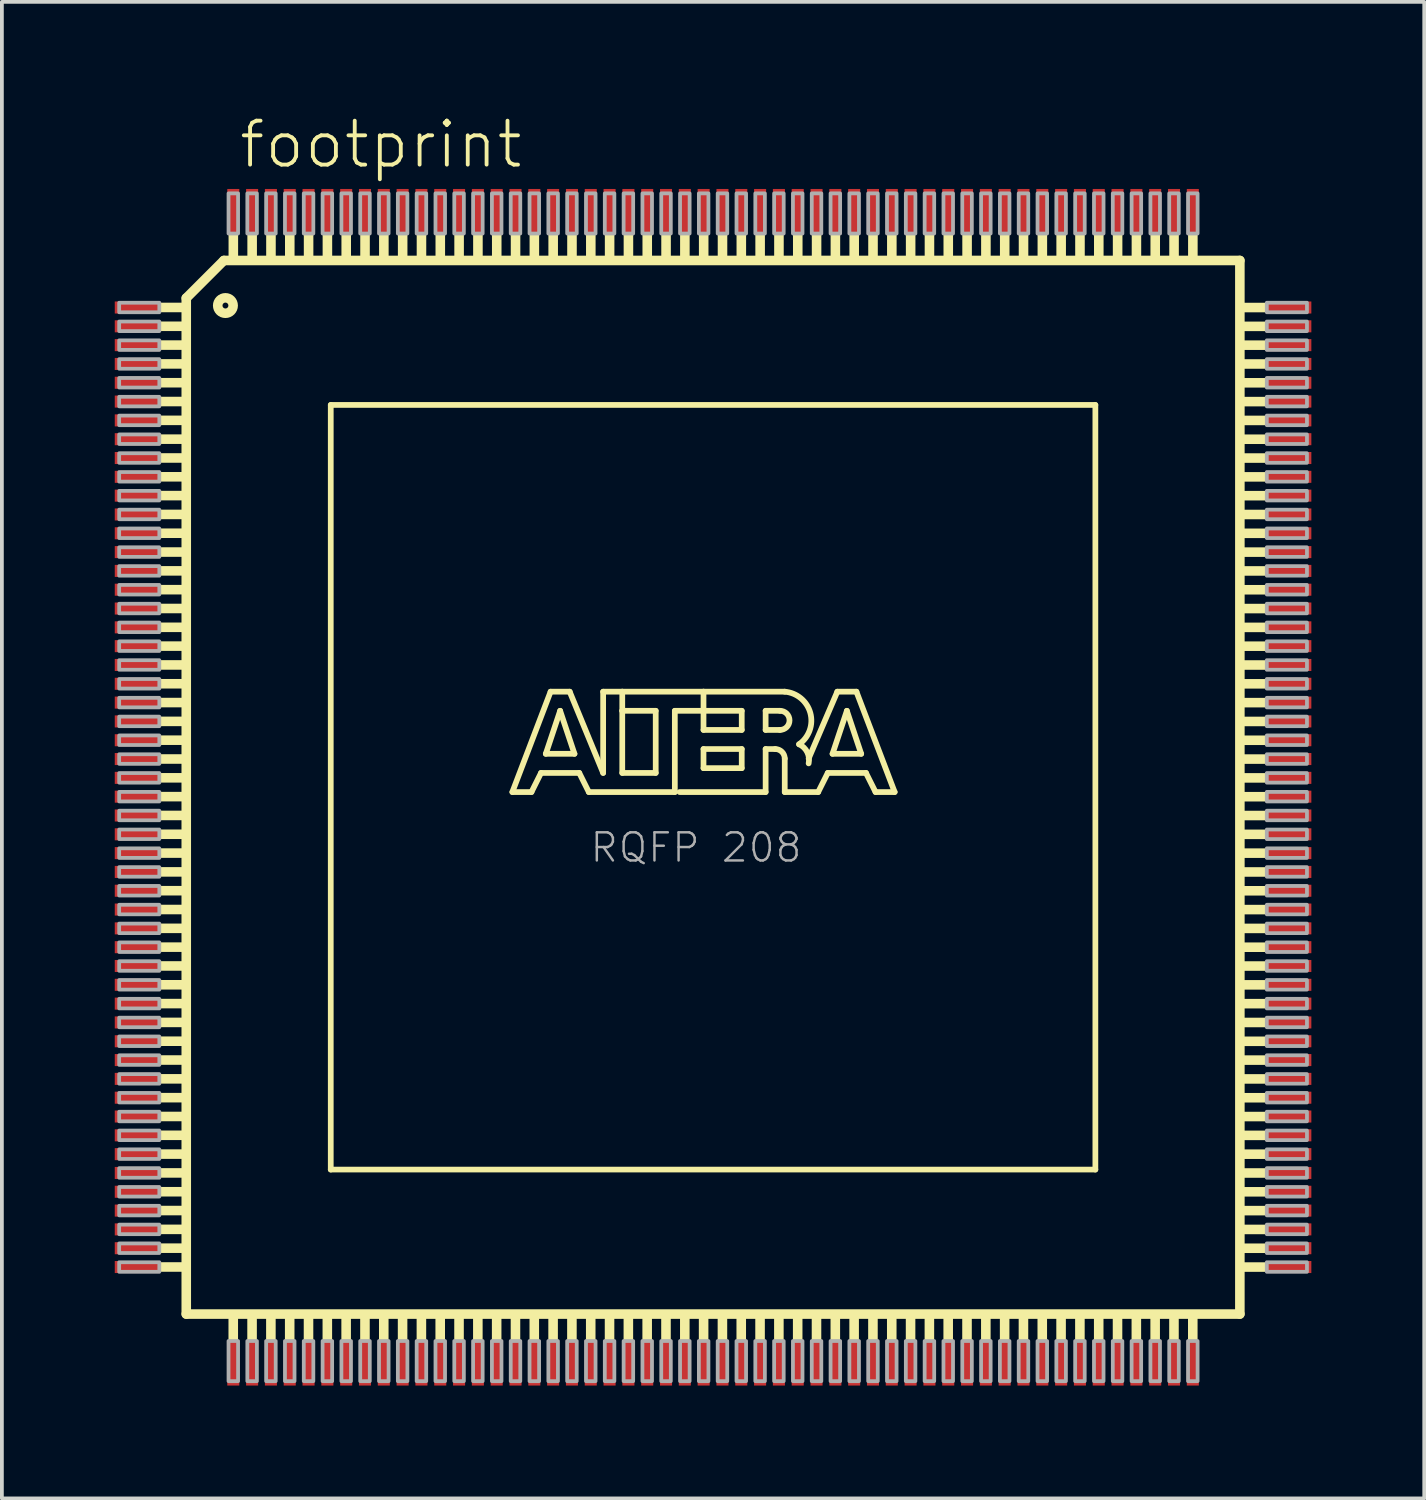
<source format=kicad_pcb>
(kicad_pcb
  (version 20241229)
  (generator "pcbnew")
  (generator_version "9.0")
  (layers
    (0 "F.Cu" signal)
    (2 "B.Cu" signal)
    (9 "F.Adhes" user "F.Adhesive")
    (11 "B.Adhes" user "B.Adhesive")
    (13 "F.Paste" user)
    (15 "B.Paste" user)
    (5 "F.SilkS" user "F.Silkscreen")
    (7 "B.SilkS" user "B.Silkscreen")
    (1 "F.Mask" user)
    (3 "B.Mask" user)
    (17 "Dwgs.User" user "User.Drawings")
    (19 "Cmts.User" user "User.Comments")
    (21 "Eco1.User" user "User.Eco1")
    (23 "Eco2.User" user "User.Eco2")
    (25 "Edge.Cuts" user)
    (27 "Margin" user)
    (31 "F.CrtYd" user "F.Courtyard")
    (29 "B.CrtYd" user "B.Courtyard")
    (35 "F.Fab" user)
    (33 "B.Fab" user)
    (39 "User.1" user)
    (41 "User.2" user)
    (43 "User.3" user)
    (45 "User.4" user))
  (footprint "footprint"
    (layer "F.Cu")
    (at 15.9 17.872)
    (property "Reference" "footprint" (at -12.649 -16.399 0) (layer "F.SilkS") (effects (font (size 1.168 1.168) (thickness 0.102)) (justify left bottom)))
    (fp_line (start -14 -13) (end -14 14) (stroke (width 0.254) (type solid)) (layer "F.SilkS"))
    (fp_line (start -14 14) (end 14 14) (stroke (width 0.254) (type solid)) (layer "F.SilkS"))
    (fp_line (start -13 -14) (end -14 -13) (stroke (width 0.254) (type solid)) (layer "F.SilkS"))
    (fp_line (start -10.16 -10.16) (end 10.16 -10.16) (stroke (width 0.152) (type solid)) (layer "F.SilkS"))
    (fp_line (start -10.16 10.16) (end -10.16 -10.16) (stroke (width 0.152) (type solid)) (layer "F.SilkS"))
    (fp_line (start -5.334 0.127) (end -4.318 -2.54) (stroke (width 0.152) (type solid)) (layer "F.SilkS"))
    (fp_line (start -4.826 0.127) (end -5.334 0.127) (stroke (width 0.152) (type solid)) (layer "F.SilkS"))
    (fp_line (start -4.572 -0.381) (end -4.826 0.127) (stroke (width 0.152) (type solid)) (layer "F.SilkS"))
    (fp_line (start -4.445 -0.889) (end -3.683 -0.889) (stroke (width 0.152) (type solid)) (layer "F.SilkS"))
    (fp_line (start -4.318 -2.54) (end -3.81 -2.54) (stroke (width 0.152) (type solid)) (layer "F.SilkS"))
    (fp_line (start -4.064 -2.032) (end -4.445 -0.889) (stroke (width 0.152) (type solid)) (layer "F.SilkS"))
    (fp_line (start -3.81 -2.54) (end -2.921 -0.381) (stroke (width 0.152) (type solid)) (layer "F.SilkS"))
    (fp_line (start -3.683 -0.889) (end -4.064 -2.032) (stroke (width 0.152) (type solid)) (layer "F.SilkS"))
    (fp_line (start -3.556 -0.381) (end -4.572 -0.381) (stroke (width 0.152) (type solid)) (layer "F.SilkS"))
    (fp_line (start -3.302 0.127) (end -3.556 -0.381) (stroke (width 0.152) (type solid)) (layer "F.SilkS"))
    (fp_line (start -2.921 -2.54) (end -2.413 -2.54) (stroke (width 0.152) (type solid)) (layer "F.SilkS"))
    (fp_line (start -2.921 -0.381) (end -2.921 -2.54) (stroke (width 0.152) (type solid)) (layer "F.SilkS"))
    (fp_line (start -2.413 -2.54) (end -2.413 -2.032) (stroke (width 0.152) (type solid)) (layer "F.SilkS"))
    (fp_line (start -2.413 -2.54) (end -0.254 -2.54) (stroke (width 0.152) (type solid)) (layer "F.SilkS"))
    (fp_line (start -2.413 -2.032) (end -2.413 -0.381) (stroke (width 0.152) (type solid)) (layer "F.SilkS"))
    (fp_line (start -2.413 -0.381) (end -1.524 -0.381) (stroke (width 0.152) (type solid)) (layer "F.SilkS"))
    (fp_line (start -1.524 -2.032) (end -2.413 -2.032) (stroke (width 0.152) (type solid)) (layer "F.SilkS"))
    (fp_line (start -1.524 -0.381) (end -1.524 -2.032) (stroke (width 0.152) (type solid)) (layer "F.SilkS"))
    (fp_line (start -1.016 -2.032) (end -1.016 0.127) (stroke (width 0.152) (type solid)) (layer "F.SilkS"))
    (fp_line (start -1.016 0.127) (end -3.302 0.127) (stroke (width 0.152) (type solid)) (layer "F.SilkS"))
    (fp_line (start -0.254 -2.54) (end -0.254 -2.032) (stroke (width 0.152) (type solid)) (layer "F.SilkS"))
    (fp_line (start -0.254 -2.54) (end 1.905 -2.54) (stroke (width 0.152) (type solid)) (layer "F.SilkS"))
    (fp_line (start -0.254 -2.032) (end -1.016 -2.032) (stroke (width 0.152) (type solid)) (layer "F.SilkS"))
    (fp_line (start -0.254 -2.032) (end -0.254 -1.524) (stroke (width 0.152) (type solid)) (layer "F.SilkS"))
    (fp_line (start -0.254 -1.524) (end 0.762 -1.524) (stroke (width 0.152) (type solid)) (layer "F.SilkS"))
    (fp_line (start -0.254 -1.016) (end 0.762 -1.016) (stroke (width 0.152) (type solid)) (layer "F.SilkS"))
    (fp_line (start -0.254 -0.508) (end -0.254 -1.016) (stroke (width 0.152) (type solid)) (layer "F.SilkS"))
    (fp_line (start 0.762 -2.032) (end -0.254 -2.032) (stroke (width 0.152) (type solid)) (layer "F.SilkS"))
    (fp_line (start 0.762 -1.524) (end 0.762 -2.032) (stroke (width 0.152) (type solid)) (layer "F.SilkS"))
    (fp_line (start 0.762 -1.016) (end 0.762 -0.508) (stroke (width 0.152) (type solid)) (layer "F.SilkS"))
    (fp_line (start 0.762 -0.508) (end -0.254 -0.508) (stroke (width 0.152) (type solid)) (layer "F.SilkS"))
    (fp_line (start 1.397 -2.032) (end 1.397 -1.524) (stroke (width 0.152) (type solid)) (layer "F.SilkS"))
    (fp_line (start 1.397 -1.524) (end 1.778 -1.524) (stroke (width 0.152) (type solid)) (layer "F.SilkS"))
    (fp_line (start 1.397 -1.016) (end 1.397 0.127) (stroke (width 0.152) (type solid)) (layer "F.SilkS"))
    (fp_line (start 1.397 -1.016) (end 1.651 -1.016) (stroke (width 0.152) (type solid)) (layer "F.SilkS"))
    (fp_line (start 1.397 0.127) (end -0.889 0.127) (stroke (width 0.152) (type solid)) (layer "F.SilkS"))
    (fp_line (start 1.778 -2.032) (end 1.397 -2.032) (stroke (width 0.152) (type solid)) (layer "F.SilkS"))
    (fp_line (start 1.905 -0.762) (end 1.905 0.127) (stroke (width 0.152) (type solid)) (layer "F.SilkS"))
    (fp_line (start 1.905 0.127) (end 2.794 0.127) (stroke (width 0.152) (type solid)) (layer "F.SilkS"))
    (fp_line (start 2.794 0.127) (end 3.048 -0.381) (stroke (width 0.152) (type solid)) (layer "F.SilkS"))
    (fp_line (start 3.048 -0.381) (end 4.064 -0.381) (stroke (width 0.152) (type solid)) (layer "F.SilkS"))
    (fp_line (start 3.175 -0.889) (end 3.556 -2.032) (stroke (width 0.152) (type solid)) (layer "F.SilkS"))
    (fp_line (start 3.302 -2.54) (end 2.54 -0.762) (stroke (width 0.152) (type solid)) (layer "F.SilkS"))
    (fp_line (start 3.556 -2.032) (end 3.937 -0.889) (stroke (width 0.152) (type solid)) (layer "F.SilkS"))
    (fp_line (start 3.81 -2.54) (end 3.302 -2.54) (stroke (width 0.152) (type solid)) (layer "F.SilkS"))
    (fp_line (start 3.937 -0.889) (end 3.175 -0.889) (stroke (width 0.152) (type solid)) (layer "F.SilkS"))
    (fp_line (start 4.064 -0.381) (end 4.318 0.127) (stroke (width 0.152) (type solid)) (layer "F.SilkS"))
    (fp_line (start 4.318 0.127) (end 4.826 0.127) (stroke (width 0.152) (type solid)) (layer "F.SilkS"))
    (fp_line (start 4.826 0.127) (end 3.81 -2.54) (stroke (width 0.152) (type solid)) (layer "F.SilkS"))
    (fp_line (start 10.16 -10.16) (end 10.16 10.16) (stroke (width 0.152) (type solid)) (layer "F.SilkS"))
    (fp_line (start 10.16 10.16) (end -10.16 10.16) (stroke (width 0.152) (type solid)) (layer "F.SilkS"))
    (fp_line (start 14 -14) (end -13 -14) (stroke (width 0.254) (type solid)) (layer "F.SilkS"))
    (fp_line (start 14 14) (end 14 -14) (stroke (width 0.254) (type solid)) (layer "F.SilkS"))
    (fp_arc (start 1.651 -1.016) (mid 1.830605 -0.941605) (end 1.905 -0.762) (stroke (width 0.1524) (type solid)) (layer "F.SilkS"))
    (fp_arc (start 1.778 -2.032) (mid 2.032 -1.778) (end 1.778 -1.524) (stroke (width 0.1524) (type solid)) (layer "F.SilkS"))
    (fp_arc (start 1.905 -2.54) (mid 2.585094 -1.974629) (end 2.286098 -1.142299) (stroke (width 0.1524) (type solid)) (layer "F.SilkS"))
    (fp_arc (start 2.286 -1.143) (mid 2.502215 -0.933585) (end 2.5403 -0.634999) (stroke (width 0.1524) (type solid)) (layer "F.SilkS"))
    (fp_circle (center -12.959 -12.802) (end -12.754 -12.802) (stroke (width 0.254) (type solid)) (fill no) (layer "F.SilkS"))
    (fp_poly (pts (xy -14.732 -12.624) (xy -14.097 -12.624) (xy -14.097 -12.878) (xy -14.732 -12.878)) (stroke (width 0) (type solid)) (fill yes) (layer "F.SilkS"))
    (fp_poly (pts (xy -14.732 -12.124) (xy -14.097 -12.124) (xy -14.097 -12.378) (xy -14.732 -12.378)) (stroke (width 0) (type solid)) (fill yes) (layer "F.SilkS"))
    (fp_poly (pts (xy -14.732 -11.624) (xy -14.097 -11.624) (xy -14.097 -11.878) (xy -14.732 -11.878)) (stroke (width 0) (type solid)) (fill yes) (layer "F.SilkS"))
    (fp_poly (pts (xy -14.732 -11.124) (xy -14.097 -11.124) (xy -14.097 -11.378) (xy -14.732 -11.378)) (stroke (width 0) (type solid)) (fill yes) (layer "F.SilkS"))
    (fp_poly (pts (xy -14.732 -10.624) (xy -14.097 -10.624) (xy -14.097 -10.878) (xy -14.732 -10.878)) (stroke (width 0) (type solid)) (fill yes) (layer "F.SilkS"))
    (fp_poly (pts (xy -14.732 -10.124) (xy -14.097 -10.124) (xy -14.097 -10.378) (xy -14.732 -10.378)) (stroke (width 0) (type solid)) (fill yes) (layer "F.SilkS"))
    (fp_poly (pts (xy -14.732 -9.624) (xy -14.097 -9.624) (xy -14.097 -9.878) (xy -14.732 -9.878)) (stroke (width 0) (type solid)) (fill yes) (layer "F.SilkS"))
    (fp_poly (pts (xy -14.732 -9.124) (xy -14.097 -9.124) (xy -14.097 -9.378) (xy -14.732 -9.378)) (stroke (width 0) (type solid)) (fill yes) (layer "F.SilkS"))
    (fp_poly (pts (xy -14.732 -8.624) (xy -14.097 -8.624) (xy -14.097 -8.878) (xy -14.732 -8.878)) (stroke (width 0) (type solid)) (fill yes) (layer "F.SilkS"))
    (fp_poly (pts (xy -14.732 -8.124) (xy -14.097 -8.124) (xy -14.097 -8.378) (xy -14.732 -8.378)) (stroke (width 0) (type solid)) (fill yes) (layer "F.SilkS"))
    (fp_poly (pts (xy -14.732 -7.624) (xy -14.097 -7.624) (xy -14.097 -7.878) (xy -14.732 -7.878)) (stroke (width 0) (type solid)) (fill yes) (layer "F.SilkS"))
    (fp_poly (pts (xy -14.732 -7.124) (xy -14.097 -7.124) (xy -14.097 -7.378) (xy -14.732 -7.378)) (stroke (width 0) (type solid)) (fill yes) (layer "F.SilkS"))
    (fp_poly (pts (xy -14.732 -6.624) (xy -14.097 -6.624) (xy -14.097 -6.878) (xy -14.732 -6.878)) (stroke (width 0) (type solid)) (fill yes) (layer "F.SilkS"))
    (fp_poly (pts (xy -14.732 -6.124) (xy -14.097 -6.124) (xy -14.097 -6.378) (xy -14.732 -6.378)) (stroke (width 0) (type solid)) (fill yes) (layer "F.SilkS"))
    (fp_poly (pts (xy -14.732 -5.624) (xy -14.097 -5.624) (xy -14.097 -5.878) (xy -14.732 -5.878)) (stroke (width 0) (type solid)) (fill yes) (layer "F.SilkS"))
    (fp_poly (pts (xy -14.732 -5.124) (xy -14.097 -5.124) (xy -14.097 -5.378) (xy -14.732 -5.378)) (stroke (width 0) (type solid)) (fill yes) (layer "F.SilkS"))
    (fp_poly (pts (xy -14.732 -4.624) (xy -14.097 -4.624) (xy -14.097 -4.878) (xy -14.732 -4.878)) (stroke (width 0) (type solid)) (fill yes) (layer "F.SilkS"))
    (fp_poly (pts (xy -14.732 -4.124) (xy -14.097 -4.124) (xy -14.097 -4.378) (xy -14.732 -4.378)) (stroke (width 0) (type solid)) (fill yes) (layer "F.SilkS"))
    (fp_poly (pts (xy -14.732 -3.624) (xy -14.097 -3.624) (xy -14.097 -3.878) (xy -14.732 -3.878)) (stroke (width 0) (type solid)) (fill yes) (layer "F.SilkS"))
    (fp_poly (pts (xy -14.732 -3.124) (xy -14.097 -3.124) (xy -14.097 -3.378) (xy -14.732 -3.378)) (stroke (width 0) (type solid)) (fill yes) (layer "F.SilkS"))
    (fp_poly (pts (xy -14.732 -2.624) (xy -14.097 -2.624) (xy -14.097 -2.878) (xy -14.732 -2.878)) (stroke (width 0) (type solid)) (fill yes) (layer "F.SilkS"))
    (fp_poly (pts (xy -14.732 -2.124) (xy -14.097 -2.124) (xy -14.097 -2.378) (xy -14.732 -2.378)) (stroke (width 0) (type solid)) (fill yes) (layer "F.SilkS"))
    (fp_poly (pts (xy -14.732 -1.624) (xy -14.097 -1.624) (xy -14.097 -1.878) (xy -14.732 -1.878)) (stroke (width 0) (type solid)) (fill yes) (layer "F.SilkS"))
    (fp_poly (pts (xy -14.732 -1.124) (xy -14.097 -1.124) (xy -14.097 -1.378) (xy -14.732 -1.378)) (stroke (width 0) (type solid)) (fill yes) (layer "F.SilkS"))
    (fp_poly (pts (xy -14.732 -0.624) (xy -14.097 -0.624) (xy -14.097 -0.878) (xy -14.732 -0.878)) (stroke (width 0) (type solid)) (fill yes) (layer "F.SilkS"))
    (fp_poly (pts (xy -14.732 -0.124) (xy -14.097 -0.124) (xy -14.097 -0.378) (xy -14.732 -0.378)) (stroke (width 0) (type solid)) (fill yes) (layer "F.SilkS"))
    (fp_poly (pts (xy -14.732 0.376) (xy -14.097 0.376) (xy -14.097 0.122) (xy -14.732 0.122)) (stroke (width 0) (type solid)) (fill yes) (layer "F.SilkS"))
    (fp_poly (pts (xy -14.732 0.876) (xy -14.097 0.876) (xy -14.097 0.622) (xy -14.732 0.622)) (stroke (width 0) (type solid)) (fill yes) (layer "F.SilkS"))
    (fp_poly (pts (xy -14.732 1.376) (xy -14.097 1.376) (xy -14.097 1.122) (xy -14.732 1.122)) (stroke (width 0) (type solid)) (fill yes) (layer "F.SilkS"))
    (fp_poly (pts (xy -14.732 1.876) (xy -14.097 1.876) (xy -14.097 1.622) (xy -14.732 1.622)) (stroke (width 0) (type solid)) (fill yes) (layer "F.SilkS"))
    (fp_poly (pts (xy -14.732 2.376) (xy -14.097 2.376) (xy -14.097 2.122) (xy -14.732 2.122)) (stroke (width 0) (type solid)) (fill yes) (layer "F.SilkS"))
    (fp_poly (pts (xy -14.732 2.876) (xy -14.097 2.876) (xy -14.097 2.622) (xy -14.732 2.622)) (stroke (width 0) (type solid)) (fill yes) (layer "F.SilkS"))
    (fp_poly (pts (xy -14.732 3.376) (xy -14.097 3.376) (xy -14.097 3.122) (xy -14.732 3.122)) (stroke (width 0) (type solid)) (fill yes) (layer "F.SilkS"))
    (fp_poly (pts (xy -14.732 3.876) (xy -14.097 3.876) (xy -14.097 3.622) (xy -14.732 3.622)) (stroke (width 0) (type solid)) (fill yes) (layer "F.SilkS"))
    (fp_poly (pts (xy -14.732 4.376) (xy -14.097 4.376) (xy -14.097 4.122) (xy -14.732 4.122)) (stroke (width 0) (type solid)) (fill yes) (layer "F.SilkS"))
    (fp_poly (pts (xy -14.732 4.876) (xy -14.097 4.876) (xy -14.097 4.622) (xy -14.732 4.622)) (stroke (width 0) (type solid)) (fill yes) (layer "F.SilkS"))
    (fp_poly (pts (xy -14.732 5.376) (xy -14.097 5.376) (xy -14.097 5.122) (xy -14.732 5.122)) (stroke (width 0) (type solid)) (fill yes) (layer "F.SilkS"))
    (fp_poly (pts (xy -14.732 5.876) (xy -14.097 5.876) (xy -14.097 5.622) (xy -14.732 5.622)) (stroke (width 0) (type solid)) (fill yes) (layer "F.SilkS"))
    (fp_poly (pts (xy -14.732 6.376) (xy -14.097 6.376) (xy -14.097 6.122) (xy -14.732 6.122)) (stroke (width 0) (type solid)) (fill yes) (layer "F.SilkS"))
    (fp_poly (pts (xy -14.732 6.876) (xy -14.097 6.876) (xy -14.097 6.622) (xy -14.732 6.622)) (stroke (width 0) (type solid)) (fill yes) (layer "F.SilkS"))
    (fp_poly (pts (xy -14.732 7.376) (xy -14.097 7.376) (xy -14.097 7.122) (xy -14.732 7.122)) (stroke (width 0) (type solid)) (fill yes) (layer "F.SilkS"))
    (fp_poly (pts (xy -14.732 7.876) (xy -14.097 7.876) (xy -14.097 7.622) (xy -14.732 7.622)) (stroke (width 0) (type solid)) (fill yes) (layer "F.SilkS"))
    (fp_poly (pts (xy -14.732 8.376) (xy -14.097 8.376) (xy -14.097 8.122) (xy -14.732 8.122)) (stroke (width 0) (type solid)) (fill yes) (layer "F.SilkS"))
    (fp_poly (pts (xy -14.732 8.876) (xy -14.097 8.876) (xy -14.097 8.622) (xy -14.732 8.622)) (stroke (width 0) (type solid)) (fill yes) (layer "F.SilkS"))
    (fp_poly (pts (xy -14.732 9.376) (xy -14.097 9.376) (xy -14.097 9.122) (xy -14.732 9.122)) (stroke (width 0) (type solid)) (fill yes) (layer "F.SilkS"))
    (fp_poly (pts (xy -14.732 9.876) (xy -14.097 9.876) (xy -14.097 9.622) (xy -14.732 9.622)) (stroke (width 0) (type solid)) (fill yes) (layer "F.SilkS"))
    (fp_poly (pts (xy -14.732 10.376) (xy -14.097 10.376) (xy -14.097 10.122) (xy -14.732 10.122)) (stroke (width 0) (type solid)) (fill yes) (layer "F.SilkS"))
    (fp_poly (pts (xy -14.732 10.876) (xy -14.097 10.876) (xy -14.097 10.622) (xy -14.732 10.622)) (stroke (width 0) (type solid)) (fill yes) (layer "F.SilkS"))
    (fp_poly (pts (xy -14.732 11.376) (xy -14.097 11.376) (xy -14.097 11.122) (xy -14.732 11.122)) (stroke (width 0) (type solid)) (fill yes) (layer "F.SilkS"))
    (fp_poly (pts (xy -14.732 11.876) (xy -14.097 11.876) (xy -14.097 11.622) (xy -14.732 11.622)) (stroke (width 0) (type solid)) (fill yes) (layer "F.SilkS"))
    (fp_poly (pts (xy -14.732 12.376) (xy -14.097 12.376) (xy -14.097 12.122) (xy -14.732 12.122)) (stroke (width 0) (type solid)) (fill yes) (layer "F.SilkS"))
    (fp_poly (pts (xy -14.732 12.876) (xy -14.097 12.876) (xy -14.097 12.622) (xy -14.732 12.622)) (stroke (width 0) (type solid)) (fill yes) (layer "F.SilkS"))
    (fp_poly (pts (xy -12.878 14.732) (xy -12.624 14.732) (xy -12.624 14.097) (xy -12.878 14.097)) (stroke (width 0) (type solid)) (fill yes) (layer "F.SilkS"))
    (fp_poly (pts (xy -12.876 -14.097) (xy -12.622 -14.097) (xy -12.622 -14.732) (xy -12.876 -14.732)) (stroke (width 0) (type solid)) (fill yes) (layer "F.SilkS"))
    (fp_poly (pts (xy -12.378 14.732) (xy -12.124 14.732) (xy -12.124 14.097) (xy -12.378 14.097)) (stroke (width 0) (type solid)) (fill yes) (layer "F.SilkS"))
    (fp_poly (pts (xy -12.376 -14.097) (xy -12.122 -14.097) (xy -12.122 -14.732) (xy -12.376 -14.732)) (stroke (width 0) (type solid)) (fill yes) (layer "F.SilkS"))
    (fp_poly (pts (xy -11.878 14.732) (xy -11.624 14.732) (xy -11.624 14.097) (xy -11.878 14.097)) (stroke (width 0) (type solid)) (fill yes) (layer "F.SilkS"))
    (fp_poly (pts (xy -11.876 -14.097) (xy -11.622 -14.097) (xy -11.622 -14.732) (xy -11.876 -14.732)) (stroke (width 0) (type solid)) (fill yes) (layer "F.SilkS"))
    (fp_poly (pts (xy -11.378 14.732) (xy -11.124 14.732) (xy -11.124 14.097) (xy -11.378 14.097)) (stroke (width 0) (type solid)) (fill yes) (layer "F.SilkS"))
    (fp_poly (pts (xy -11.376 -14.097) (xy -11.122 -14.097) (xy -11.122 -14.732) (xy -11.376 -14.732)) (stroke (width 0) (type solid)) (fill yes) (layer "F.SilkS"))
    (fp_poly (pts (xy -10.878 14.732) (xy -10.624 14.732) (xy -10.624 14.097) (xy -10.878 14.097)) (stroke (width 0) (type solid)) (fill yes) (layer "F.SilkS"))
    (fp_poly (pts (xy -10.876 -14.097) (xy -10.622 -14.097) (xy -10.622 -14.732) (xy -10.876 -14.732)) (stroke (width 0) (type solid)) (fill yes) (layer "F.SilkS"))
    (fp_poly (pts (xy -10.378 14.732) (xy -10.124 14.732) (xy -10.124 14.097) (xy -10.378 14.097)) (stroke (width 0) (type solid)) (fill yes) (layer "F.SilkS"))
    (fp_poly (pts (xy -10.376 -14.097) (xy -10.122 -14.097) (xy -10.122 -14.732) (xy -10.376 -14.732)) (stroke (width 0) (type solid)) (fill yes) (layer "F.SilkS"))
    (fp_poly (pts (xy -9.878 14.732) (xy -9.624 14.732) (xy -9.624 14.097) (xy -9.878 14.097)) (stroke (width 0) (type solid)) (fill yes) (layer "F.SilkS"))
    (fp_poly (pts (xy -9.876 -14.097) (xy -9.622 -14.097) (xy -9.622 -14.732) (xy -9.876 -14.732)) (stroke (width 0) (type solid)) (fill yes) (layer "F.SilkS"))
    (fp_poly (pts (xy -9.378 14.732) (xy -9.124 14.732) (xy -9.124 14.097) (xy -9.378 14.097)) (stroke (width 0) (type solid)) (fill yes) (layer "F.SilkS"))
    (fp_poly (pts (xy -9.376 -14.097) (xy -9.122 -14.097) (xy -9.122 -14.732) (xy -9.376 -14.732)) (stroke (width 0) (type solid)) (fill yes) (layer "F.SilkS"))
    (fp_poly (pts (xy -8.878 14.732) (xy -8.624 14.732) (xy -8.624 14.097) (xy -8.878 14.097)) (stroke (width 0) (type solid)) (fill yes) (layer "F.SilkS"))
    (fp_poly (pts (xy -8.876 -14.097) (xy -8.622 -14.097) (xy -8.622 -14.732) (xy -8.876 -14.732)) (stroke (width 0) (type solid)) (fill yes) (layer "F.SilkS"))
    (fp_poly (pts (xy -8.378 14.732) (xy -8.124 14.732) (xy -8.124 14.097) (xy -8.378 14.097)) (stroke (width 0) (type solid)) (fill yes) (layer "F.SilkS"))
    (fp_poly (pts (xy -8.376 -14.097) (xy -8.122 -14.097) (xy -8.122 -14.732) (xy -8.376 -14.732)) (stroke (width 0) (type solid)) (fill yes) (layer "F.SilkS"))
    (fp_poly (pts (xy -7.878 14.732) (xy -7.624 14.732) (xy -7.624 14.097) (xy -7.878 14.097)) (stroke (width 0) (type solid)) (fill yes) (layer "F.SilkS"))
    (fp_poly (pts (xy -7.876 -14.097) (xy -7.622 -14.097) (xy -7.622 -14.732) (xy -7.876 -14.732)) (stroke (width 0) (type solid)) (fill yes) (layer "F.SilkS"))
    (fp_poly (pts (xy -7.378 14.732) (xy -7.124 14.732) (xy -7.124 14.097) (xy -7.378 14.097)) (stroke (width 0) (type solid)) (fill yes) (layer "F.SilkS"))
    (fp_poly (pts (xy -7.376 -14.097) (xy -7.122 -14.097) (xy -7.122 -14.732) (xy -7.376 -14.732)) (stroke (width 0) (type solid)) (fill yes) (layer "F.SilkS"))
    (fp_poly (pts (xy -6.878 14.732) (xy -6.624 14.732) (xy -6.624 14.097) (xy -6.878 14.097)) (stroke (width 0) (type solid)) (fill yes) (layer "F.SilkS"))
    (fp_poly (pts (xy -6.876 -14.097) (xy -6.622 -14.097) (xy -6.622 -14.732) (xy -6.876 -14.732)) (stroke (width 0) (type solid)) (fill yes) (layer "F.SilkS"))
    (fp_poly (pts (xy -6.378 14.732) (xy -6.124 14.732) (xy -6.124 14.097) (xy -6.378 14.097)) (stroke (width 0) (type solid)) (fill yes) (layer "F.SilkS"))
    (fp_poly (pts (xy -6.376 -14.097) (xy -6.122 -14.097) (xy -6.122 -14.732) (xy -6.376 -14.732)) (stroke (width 0) (type solid)) (fill yes) (layer "F.SilkS"))
    (fp_poly (pts (xy -5.878 14.732) (xy -5.624 14.732) (xy -5.624 14.097) (xy -5.878 14.097)) (stroke (width 0) (type solid)) (fill yes) (layer "F.SilkS"))
    (fp_poly (pts (xy -5.876 -14.097) (xy -5.622 -14.097) (xy -5.622 -14.732) (xy -5.876 -14.732)) (stroke (width 0) (type solid)) (fill yes) (layer "F.SilkS"))
    (fp_poly (pts (xy -5.378 14.732) (xy -5.124 14.732) (xy -5.124 14.097) (xy -5.378 14.097)) (stroke (width 0) (type solid)) (fill yes) (layer "F.SilkS"))
    (fp_poly (pts (xy -5.376 -14.097) (xy -5.122 -14.097) (xy -5.122 -14.732) (xy -5.376 -14.732)) (stroke (width 0) (type solid)) (fill yes) (layer "F.SilkS"))
    (fp_poly (pts (xy -4.878 14.732) (xy -4.624 14.732) (xy -4.624 14.097) (xy -4.878 14.097)) (stroke (width 0) (type solid)) (fill yes) (layer "F.SilkS"))
    (fp_poly (pts (xy -4.876 -14.097) (xy -4.622 -14.097) (xy -4.622 -14.732) (xy -4.876 -14.732)) (stroke (width 0) (type solid)) (fill yes) (layer "F.SilkS"))
    (fp_poly (pts (xy -4.378 14.732) (xy -4.124 14.732) (xy -4.124 14.097) (xy -4.378 14.097)) (stroke (width 0) (type solid)) (fill yes) (layer "F.SilkS"))
    (fp_poly (pts (xy -4.376 -14.097) (xy -4.122 -14.097) (xy -4.122 -14.732) (xy -4.376 -14.732)) (stroke (width 0) (type solid)) (fill yes) (layer "F.SilkS"))
    (fp_poly (pts (xy -3.878 14.732) (xy -3.624 14.732) (xy -3.624 14.097) (xy -3.878 14.097)) (stroke (width 0) (type solid)) (fill yes) (layer "F.SilkS"))
    (fp_poly (pts (xy -3.876 -14.097) (xy -3.622 -14.097) (xy -3.622 -14.732) (xy -3.876 -14.732)) (stroke (width 0) (type solid)) (fill yes) (layer "F.SilkS"))
    (fp_poly (pts (xy -3.378 14.732) (xy -3.124 14.732) (xy -3.124 14.097) (xy -3.378 14.097)) (stroke (width 0) (type solid)) (fill yes) (layer "F.SilkS"))
    (fp_poly (pts (xy -3.376 -14.097) (xy -3.122 -14.097) (xy -3.122 -14.732) (xy -3.376 -14.732)) (stroke (width 0) (type solid)) (fill yes) (layer "F.SilkS"))
    (fp_poly (pts (xy -2.878 14.732) (xy -2.624 14.732) (xy -2.624 14.097) (xy -2.878 14.097)) (stroke (width 0) (type solid)) (fill yes) (layer "F.SilkS"))
    (fp_poly (pts (xy -2.876 -14.097) (xy -2.622 -14.097) (xy -2.622 -14.732) (xy -2.876 -14.732)) (stroke (width 0) (type solid)) (fill yes) (layer "F.SilkS"))
    (fp_poly (pts (xy -2.378 14.732) (xy -2.124 14.732) (xy -2.124 14.097) (xy -2.378 14.097)) (stroke (width 0) (type solid)) (fill yes) (layer "F.SilkS"))
    (fp_poly (pts (xy -2.376 -14.097) (xy -2.122 -14.097) (xy -2.122 -14.732) (xy -2.376 -14.732)) (stroke (width 0) (type solid)) (fill yes) (layer "F.SilkS"))
    (fp_poly (pts (xy -1.878 14.732) (xy -1.624 14.732) (xy -1.624 14.097) (xy -1.878 14.097)) (stroke (width 0) (type solid)) (fill yes) (layer "F.SilkS"))
    (fp_poly (pts (xy -1.876 -14.097) (xy -1.622 -14.097) (xy -1.622 -14.732) (xy -1.876 -14.732)) (stroke (width 0) (type solid)) (fill yes) (layer "F.SilkS"))
    (fp_poly (pts (xy -1.378 14.732) (xy -1.124 14.732) (xy -1.124 14.097) (xy -1.378 14.097)) (stroke (width 0) (type solid)) (fill yes) (layer "F.SilkS"))
    (fp_poly (pts (xy -1.376 -14.097) (xy -1.122 -14.097) (xy -1.122 -14.732) (xy -1.376 -14.732)) (stroke (width 0) (type solid)) (fill yes) (layer "F.SilkS"))
    (fp_poly (pts (xy -0.878 14.732) (xy -0.624 14.732) (xy -0.624 14.097) (xy -0.878 14.097)) (stroke (width 0) (type solid)) (fill yes) (layer "F.SilkS"))
    (fp_poly (pts (xy -0.876 -14.097) (xy -0.622 -14.097) (xy -0.622 -14.732) (xy -0.876 -14.732)) (stroke (width 0) (type solid)) (fill yes) (layer "F.SilkS"))
    (fp_poly (pts (xy -0.378 14.732) (xy -0.124 14.732) (xy -0.124 14.097) (xy -0.378 14.097)) (stroke (width 0) (type solid)) (fill yes) (layer "F.SilkS"))
    (fp_poly (pts (xy -0.376 -14.097) (xy -0.122 -14.097) (xy -0.122 -14.732) (xy -0.376 -14.732)) (stroke (width 0) (type solid)) (fill yes) (layer "F.SilkS"))
    (fp_poly (pts (xy 0.122 14.732) (xy 0.376 14.732) (xy 0.376 14.097) (xy 0.122 14.097)) (stroke (width 0) (type solid)) (fill yes) (layer "F.SilkS"))
    (fp_poly (pts (xy 0.124 -14.097) (xy 0.378 -14.097) (xy 0.378 -14.732) (xy 0.124 -14.732)) (stroke (width 0) (type solid)) (fill yes) (layer "F.SilkS"))
    (fp_poly (pts (xy 0.622 14.732) (xy 0.876 14.732) (xy 0.876 14.097) (xy 0.622 14.097)) (stroke (width 0) (type solid)) (fill yes) (layer "F.SilkS"))
    (fp_poly (pts (xy 0.624 -14.097) (xy 0.878 -14.097) (xy 0.878 -14.732) (xy 0.624 -14.732)) (stroke (width 0) (type solid)) (fill yes) (layer "F.SilkS"))
    (fp_poly (pts (xy 1.122 14.732) (xy 1.376 14.732) (xy 1.376 14.097) (xy 1.122 14.097)) (stroke (width 0) (type solid)) (fill yes) (layer "F.SilkS"))
    (fp_poly (pts (xy 1.124 -14.097) (xy 1.378 -14.097) (xy 1.378 -14.732) (xy 1.124 -14.732)) (stroke (width 0) (type solid)) (fill yes) (layer "F.SilkS"))
    (fp_poly (pts (xy 1.622 14.732) (xy 1.876 14.732) (xy 1.876 14.097) (xy 1.622 14.097)) (stroke (width 0) (type solid)) (fill yes) (layer "F.SilkS"))
    (fp_poly (pts (xy 1.624 -14.097) (xy 1.878 -14.097) (xy 1.878 -14.732) (xy 1.624 -14.732)) (stroke (width 0) (type solid)) (fill yes) (layer "F.SilkS"))
    (fp_poly (pts (xy 2.122 14.732) (xy 2.376 14.732) (xy 2.376 14.097) (xy 2.122 14.097)) (stroke (width 0) (type solid)) (fill yes) (layer "F.SilkS"))
    (fp_poly (pts (xy 2.124 -14.097) (xy 2.378 -14.097) (xy 2.378 -14.732) (xy 2.124 -14.732)) (stroke (width 0) (type solid)) (fill yes) (layer "F.SilkS"))
    (fp_poly (pts (xy 2.622 14.732) (xy 2.876 14.732) (xy 2.876 14.097) (xy 2.622 14.097)) (stroke (width 0) (type solid)) (fill yes) (layer "F.SilkS"))
    (fp_poly (pts (xy 2.624 -14.097) (xy 2.878 -14.097) (xy 2.878 -14.732) (xy 2.624 -14.732)) (stroke (width 0) (type solid)) (fill yes) (layer "F.SilkS"))
    (fp_poly (pts (xy 3.122 14.732) (xy 3.376 14.732) (xy 3.376 14.097) (xy 3.122 14.097)) (stroke (width 0) (type solid)) (fill yes) (layer "F.SilkS"))
    (fp_poly (pts (xy 3.124 -14.097) (xy 3.378 -14.097) (xy 3.378 -14.732) (xy 3.124 -14.732)) (stroke (width 0) (type solid)) (fill yes) (layer "F.SilkS"))
    (fp_poly (pts (xy 3.622 14.732) (xy 3.876 14.732) (xy 3.876 14.097) (xy 3.622 14.097)) (stroke (width 0) (type solid)) (fill yes) (layer "F.SilkS"))
    (fp_poly (pts (xy 3.624 -14.097) (xy 3.878 -14.097) (xy 3.878 -14.732) (xy 3.624 -14.732)) (stroke (width 0) (type solid)) (fill yes) (layer "F.SilkS"))
    (fp_poly (pts (xy 4.122 14.732) (xy 4.376 14.732) (xy 4.376 14.097) (xy 4.122 14.097)) (stroke (width 0) (type solid)) (fill yes) (layer "F.SilkS"))
    (fp_poly (pts (xy 4.124 -14.097) (xy 4.378 -14.097) (xy 4.378 -14.732) (xy 4.124 -14.732)) (stroke (width 0) (type solid)) (fill yes) (layer "F.SilkS"))
    (fp_poly (pts (xy 4.622 14.732) (xy 4.876 14.732) (xy 4.876 14.097) (xy 4.622 14.097)) (stroke (width 0) (type solid)) (fill yes) (layer "F.SilkS"))
    (fp_poly (pts (xy 4.624 -14.097) (xy 4.878 -14.097) (xy 4.878 -14.732) (xy 4.624 -14.732)) (stroke (width 0) (type solid)) (fill yes) (layer "F.SilkS"))
    (fp_poly (pts (xy 5.122 14.732) (xy 5.376 14.732) (xy 5.376 14.097) (xy 5.122 14.097)) (stroke (width 0) (type solid)) (fill yes) (layer "F.SilkS"))
    (fp_poly (pts (xy 5.124 -14.097) (xy 5.378 -14.097) (xy 5.378 -14.732) (xy 5.124 -14.732)) (stroke (width 0) (type solid)) (fill yes) (layer "F.SilkS"))
    (fp_poly (pts (xy 5.622 14.732) (xy 5.876 14.732) (xy 5.876 14.097) (xy 5.622 14.097)) (stroke (width 0) (type solid)) (fill yes) (layer "F.SilkS"))
    (fp_poly (pts (xy 5.624 -14.097) (xy 5.878 -14.097) (xy 5.878 -14.732) (xy 5.624 -14.732)) (stroke (width 0) (type solid)) (fill yes) (layer "F.SilkS"))
    (fp_poly (pts (xy 6.122 14.732) (xy 6.376 14.732) (xy 6.376 14.097) (xy 6.122 14.097)) (stroke (width 0) (type solid)) (fill yes) (layer "F.SilkS"))
    (fp_poly (pts (xy 6.124 -14.097) (xy 6.378 -14.097) (xy 6.378 -14.732) (xy 6.124 -14.732)) (stroke (width 0) (type solid)) (fill yes) (layer "F.SilkS"))
    (fp_poly (pts (xy 6.622 14.732) (xy 6.876 14.732) (xy 6.876 14.097) (xy 6.622 14.097)) (stroke (width 0) (type solid)) (fill yes) (layer "F.SilkS"))
    (fp_poly (pts (xy 6.624 -14.097) (xy 6.878 -14.097) (xy 6.878 -14.732) (xy 6.624 -14.732)) (stroke (width 0) (type solid)) (fill yes) (layer "F.SilkS"))
    (fp_poly (pts (xy 7.122 14.732) (xy 7.376 14.732) (xy 7.376 14.097) (xy 7.122 14.097)) (stroke (width 0) (type solid)) (fill yes) (layer "F.SilkS"))
    (fp_poly (pts (xy 7.124 -14.097) (xy 7.378 -14.097) (xy 7.378 -14.732) (xy 7.124 -14.732)) (stroke (width 0) (type solid)) (fill yes) (layer "F.SilkS"))
    (fp_poly (pts (xy 7.622 14.732) (xy 7.876 14.732) (xy 7.876 14.097) (xy 7.622 14.097)) (stroke (width 0) (type solid)) (fill yes) (layer "F.SilkS"))
    (fp_poly (pts (xy 7.624 -14.097) (xy 7.878 -14.097) (xy 7.878 -14.732) (xy 7.624 -14.732)) (stroke (width 0) (type solid)) (fill yes) (layer "F.SilkS"))
    (fp_poly (pts (xy 8.122 14.732) (xy 8.376 14.732) (xy 8.376 14.097) (xy 8.122 14.097)) (stroke (width 0) (type solid)) (fill yes) (layer "F.SilkS"))
    (fp_poly (pts (xy 8.124 -14.097) (xy 8.378 -14.097) (xy 8.378 -14.732) (xy 8.124 -14.732)) (stroke (width 0) (type solid)) (fill yes) (layer "F.SilkS"))
    (fp_poly (pts (xy 8.622 14.732) (xy 8.876 14.732) (xy 8.876 14.097) (xy 8.622 14.097)) (stroke (width 0) (type solid)) (fill yes) (layer "F.SilkS"))
    (fp_poly (pts (xy 8.624 -14.097) (xy 8.878 -14.097) (xy 8.878 -14.732) (xy 8.624 -14.732)) (stroke (width 0) (type solid)) (fill yes) (layer "F.SilkS"))
    (fp_poly (pts (xy 9.122 14.732) (xy 9.376 14.732) (xy 9.376 14.097) (xy 9.122 14.097)) (stroke (width 0) (type solid)) (fill yes) (layer "F.SilkS"))
    (fp_poly (pts (xy 9.124 -14.097) (xy 9.378 -14.097) (xy 9.378 -14.732) (xy 9.124 -14.732)) (stroke (width 0) (type solid)) (fill yes) (layer "F.SilkS"))
    (fp_poly (pts (xy 9.622 14.732) (xy 9.876 14.732) (xy 9.876 14.097) (xy 9.622 14.097)) (stroke (width 0) (type solid)) (fill yes) (layer "F.SilkS"))
    (fp_poly (pts (xy 9.624 -14.097) (xy 9.878 -14.097) (xy 9.878 -14.732) (xy 9.624 -14.732)) (stroke (width 0) (type solid)) (fill yes) (layer "F.SilkS"))
    (fp_poly (pts (xy 10.122 14.732) (xy 10.376 14.732) (xy 10.376 14.097) (xy 10.122 14.097)) (stroke (width 0) (type solid)) (fill yes) (layer "F.SilkS"))
    (fp_poly (pts (xy 10.124 -14.097) (xy 10.378 -14.097) (xy 10.378 -14.732) (xy 10.124 -14.732)) (stroke (width 0) (type solid)) (fill yes) (layer "F.SilkS"))
    (fp_poly (pts (xy 10.622 14.732) (xy 10.876 14.732) (xy 10.876 14.097) (xy 10.622 14.097)) (stroke (width 0) (type solid)) (fill yes) (layer "F.SilkS"))
    (fp_poly (pts (xy 10.624 -14.097) (xy 10.878 -14.097) (xy 10.878 -14.732) (xy 10.624 -14.732)) (stroke (width 0) (type solid)) (fill yes) (layer "F.SilkS"))
    (fp_poly (pts (xy 11.122 14.732) (xy 11.376 14.732) (xy 11.376 14.097) (xy 11.122 14.097)) (stroke (width 0) (type solid)) (fill yes) (layer "F.SilkS"))
    (fp_poly (pts (xy 11.124 -14.097) (xy 11.378 -14.097) (xy 11.378 -14.732) (xy 11.124 -14.732)) (stroke (width 0) (type solid)) (fill yes) (layer "F.SilkS"))
    (fp_poly (pts (xy 11.622 14.732) (xy 11.876 14.732) (xy 11.876 14.097) (xy 11.622 14.097)) (stroke (width 0) (type solid)) (fill yes) (layer "F.SilkS"))
    (fp_poly (pts (xy 11.624 -14.097) (xy 11.878 -14.097) (xy 11.878 -14.732) (xy 11.624 -14.732)) (stroke (width 0) (type solid)) (fill yes) (layer "F.SilkS"))
    (fp_poly (pts (xy 12.122 14.732) (xy 12.376 14.732) (xy 12.376 14.097) (xy 12.122 14.097)) (stroke (width 0) (type solid)) (fill yes) (layer "F.SilkS"))
    (fp_poly (pts (xy 12.124 -14.097) (xy 12.378 -14.097) (xy 12.378 -14.732) (xy 12.124 -14.732)) (stroke (width 0) (type solid)) (fill yes) (layer "F.SilkS"))
    (fp_poly (pts (xy 12.622 14.732) (xy 12.876 14.732) (xy 12.876 14.097) (xy 12.622 14.097)) (stroke (width 0) (type solid)) (fill yes) (layer "F.SilkS"))
    (fp_poly (pts (xy 12.624 -14.097) (xy 12.878 -14.097) (xy 12.878 -14.732) (xy 12.624 -14.732)) (stroke (width 0) (type solid)) (fill yes) (layer "F.SilkS"))
    (fp_poly (pts (xy 14.097 -12.622) (xy 14.732 -12.622) (xy 14.732 -12.876) (xy 14.097 -12.876)) (stroke (width 0) (type solid)) (fill yes) (layer "F.SilkS"))
    (fp_poly (pts (xy 14.097 -12.122) (xy 14.732 -12.122) (xy 14.732 -12.376) (xy 14.097 -12.376)) (stroke (width 0) (type solid)) (fill yes) (layer "F.SilkS"))
    (fp_poly (pts (xy 14.097 -11.622) (xy 14.732 -11.622) (xy 14.732 -11.876) (xy 14.097 -11.876)) (stroke (width 0) (type solid)) (fill yes) (layer "F.SilkS"))
    (fp_poly (pts (xy 14.097 -11.122) (xy 14.732 -11.122) (xy 14.732 -11.376) (xy 14.097 -11.376)) (stroke (width 0) (type solid)) (fill yes) (layer "F.SilkS"))
    (fp_poly (pts (xy 14.097 -10.622) (xy 14.732 -10.622) (xy 14.732 -10.876) (xy 14.097 -10.876)) (stroke (width 0) (type solid)) (fill yes) (layer "F.SilkS"))
    (fp_poly (pts (xy 14.097 -10.122) (xy 14.732 -10.122) (xy 14.732 -10.376) (xy 14.097 -10.376)) (stroke (width 0) (type solid)) (fill yes) (layer "F.SilkS"))
    (fp_poly (pts (xy 14.097 -9.622) (xy 14.732 -9.622) (xy 14.732 -9.876) (xy 14.097 -9.876)) (stroke (width 0) (type solid)) (fill yes) (layer "F.SilkS"))
    (fp_poly (pts (xy 14.097 -9.122) (xy 14.732 -9.122) (xy 14.732 -9.376) (xy 14.097 -9.376)) (stroke (width 0) (type solid)) (fill yes) (layer "F.SilkS"))
    (fp_poly (pts (xy 14.097 -8.622) (xy 14.732 -8.622) (xy 14.732 -8.876) (xy 14.097 -8.876)) (stroke (width 0) (type solid)) (fill yes) (layer "F.SilkS"))
    (fp_poly (pts (xy 14.097 -8.122) (xy 14.732 -8.122) (xy 14.732 -8.376) (xy 14.097 -8.376)) (stroke (width 0) (type solid)) (fill yes) (layer "F.SilkS"))
    (fp_poly (pts (xy 14.097 -7.622) (xy 14.732 -7.622) (xy 14.732 -7.876) (xy 14.097 -7.876)) (stroke (width 0) (type solid)) (fill yes) (layer "F.SilkS"))
    (fp_poly (pts (xy 14.097 -7.122) (xy 14.732 -7.122) (xy 14.732 -7.376) (xy 14.097 -7.376)) (stroke (width 0) (type solid)) (fill yes) (layer "F.SilkS"))
    (fp_poly (pts (xy 14.097 -6.622) (xy 14.732 -6.622) (xy 14.732 -6.876) (xy 14.097 -6.876)) (stroke (width 0) (type solid)) (fill yes) (layer "F.SilkS"))
    (fp_poly (pts (xy 14.097 -6.122) (xy 14.732 -6.122) (xy 14.732 -6.376) (xy 14.097 -6.376)) (stroke (width 0) (type solid)) (fill yes) (layer "F.SilkS"))
    (fp_poly (pts (xy 14.097 -5.622) (xy 14.732 -5.622) (xy 14.732 -5.876) (xy 14.097 -5.876)) (stroke (width 0) (type solid)) (fill yes) (layer "F.SilkS"))
    (fp_poly (pts (xy 14.097 -5.122) (xy 14.732 -5.122) (xy 14.732 -5.376) (xy 14.097 -5.376)) (stroke (width 0) (type solid)) (fill yes) (layer "F.SilkS"))
    (fp_poly (pts (xy 14.097 -4.622) (xy 14.732 -4.622) (xy 14.732 -4.876) (xy 14.097 -4.876)) (stroke (width 0) (type solid)) (fill yes) (layer "F.SilkS"))
    (fp_poly (pts (xy 14.097 -4.122) (xy 14.732 -4.122) (xy 14.732 -4.376) (xy 14.097 -4.376)) (stroke (width 0) (type solid)) (fill yes) (layer "F.SilkS"))
    (fp_poly (pts (xy 14.097 -3.622) (xy 14.732 -3.622) (xy 14.732 -3.876) (xy 14.097 -3.876)) (stroke (width 0) (type solid)) (fill yes) (layer "F.SilkS"))
    (fp_poly (pts (xy 14.097 -3.122) (xy 14.732 -3.122) (xy 14.732 -3.376) (xy 14.097 -3.376)) (stroke (width 0) (type solid)) (fill yes) (layer "F.SilkS"))
    (fp_poly (pts (xy 14.097 -2.622) (xy 14.732 -2.622) (xy 14.732 -2.876) (xy 14.097 -2.876)) (stroke (width 0) (type solid)) (fill yes) (layer "F.SilkS"))
    (fp_poly (pts (xy 14.097 -2.122) (xy 14.732 -2.122) (xy 14.732 -2.376) (xy 14.097 -2.376)) (stroke (width 0) (type solid)) (fill yes) (layer "F.SilkS"))
    (fp_poly (pts (xy 14.097 -1.622) (xy 14.732 -1.622) (xy 14.732 -1.876) (xy 14.097 -1.876)) (stroke (width 0) (type solid)) (fill yes) (layer "F.SilkS"))
    (fp_poly (pts (xy 14.097 -1.122) (xy 14.732 -1.122) (xy 14.732 -1.376) (xy 14.097 -1.376)) (stroke (width 0) (type solid)) (fill yes) (layer "F.SilkS"))
    (fp_poly (pts (xy 14.097 -0.622) (xy 14.732 -0.622) (xy 14.732 -0.876) (xy 14.097 -0.876)) (stroke (width 0) (type solid)) (fill yes) (layer "F.SilkS"))
    (fp_poly (pts (xy 14.097 -0.122) (xy 14.732 -0.122) (xy 14.732 -0.376) (xy 14.097 -0.376)) (stroke (width 0) (type solid)) (fill yes) (layer "F.SilkS"))
    (fp_poly (pts (xy 14.097 0.378) (xy 14.732 0.378) (xy 14.732 0.124) (xy 14.097 0.124)) (stroke (width 0) (type solid)) (fill yes) (layer "F.SilkS"))
    (fp_poly (pts (xy 14.097 0.878) (xy 14.732 0.878) (xy 14.732 0.624) (xy 14.097 0.624)) (stroke (width 0) (type solid)) (fill yes) (layer "F.SilkS"))
    (fp_poly (pts (xy 14.097 1.378) (xy 14.732 1.378) (xy 14.732 1.124) (xy 14.097 1.124)) (stroke (width 0) (type solid)) (fill yes) (layer "F.SilkS"))
    (fp_poly (pts (xy 14.097 1.878) (xy 14.732 1.878) (xy 14.732 1.624) (xy 14.097 1.624)) (stroke (width 0) (type solid)) (fill yes) (layer "F.SilkS"))
    (fp_poly (pts (xy 14.097 2.378) (xy 14.732 2.378) (xy 14.732 2.124) (xy 14.097 2.124)) (stroke (width 0) (type solid)) (fill yes) (layer "F.SilkS"))
    (fp_poly (pts (xy 14.097 2.878) (xy 14.732 2.878) (xy 14.732 2.624) (xy 14.097 2.624)) (stroke (width 0) (type solid)) (fill yes) (layer "F.SilkS"))
    (fp_poly (pts (xy 14.097 3.378) (xy 14.732 3.378) (xy 14.732 3.124) (xy 14.097 3.124)) (stroke (width 0) (type solid)) (fill yes) (layer "F.SilkS"))
    (fp_poly (pts (xy 14.097 3.878) (xy 14.732 3.878) (xy 14.732 3.624) (xy 14.097 3.624)) (stroke (width 0) (type solid)) (fill yes) (layer "F.SilkS"))
    (fp_poly (pts (xy 14.097 4.378) (xy 14.732 4.378) (xy 14.732 4.124) (xy 14.097 4.124)) (stroke (width 0) (type solid)) (fill yes) (layer "F.SilkS"))
    (fp_poly (pts (xy 14.097 4.878) (xy 14.732 4.878) (xy 14.732 4.624) (xy 14.097 4.624)) (stroke (width 0) (type solid)) (fill yes) (layer "F.SilkS"))
    (fp_poly (pts (xy 14.097 5.378) (xy 14.732 5.378) (xy 14.732 5.124) (xy 14.097 5.124)) (stroke (width 0) (type solid)) (fill yes) (layer "F.SilkS"))
    (fp_poly (pts (xy 14.097 5.878) (xy 14.732 5.878) (xy 14.732 5.624) (xy 14.097 5.624)) (stroke (width 0) (type solid)) (fill yes) (layer "F.SilkS"))
    (fp_poly (pts (xy 14.097 6.378) (xy 14.732 6.378) (xy 14.732 6.124) (xy 14.097 6.124)) (stroke (width 0) (type solid)) (fill yes) (layer "F.SilkS"))
    (fp_poly (pts (xy 14.097 6.878) (xy 14.732 6.878) (xy 14.732 6.624) (xy 14.097 6.624)) (stroke (width 0) (type solid)) (fill yes) (layer "F.SilkS"))
    (fp_poly (pts (xy 14.097 7.378) (xy 14.732 7.378) (xy 14.732 7.124) (xy 14.097 7.124)) (stroke (width 0) (type solid)) (fill yes) (layer "F.SilkS"))
    (fp_poly (pts (xy 14.097 7.878) (xy 14.732 7.878) (xy 14.732 7.624) (xy 14.097 7.624)) (stroke (width 0) (type solid)) (fill yes) (layer "F.SilkS"))
    (fp_poly (pts (xy 14.097 8.378) (xy 14.732 8.378) (xy 14.732 8.124) (xy 14.097 8.124)) (stroke (width 0) (type solid)) (fill yes) (layer "F.SilkS"))
    (fp_poly (pts (xy 14.097 8.878) (xy 14.732 8.878) (xy 14.732 8.624) (xy 14.097 8.624)) (stroke (width 0) (type solid)) (fill yes) (layer "F.SilkS"))
    (fp_poly (pts (xy 14.097 9.378) (xy 14.732 9.378) (xy 14.732 9.124) (xy 14.097 9.124)) (stroke (width 0) (type solid)) (fill yes) (layer "F.SilkS"))
    (fp_poly (pts (xy 14.097 9.878) (xy 14.732 9.878) (xy 14.732 9.624) (xy 14.097 9.624)) (stroke (width 0) (type solid)) (fill yes) (layer "F.SilkS"))
    (fp_poly (pts (xy 14.097 10.378) (xy 14.732 10.378) (xy 14.732 10.124) (xy 14.097 10.124)) (stroke (width 0) (type solid)) (fill yes) (layer "F.SilkS"))
    (fp_poly (pts (xy 14.097 10.878) (xy 14.732 10.878) (xy 14.732 10.624) (xy 14.097 10.624)) (stroke (width 0) (type solid)) (fill yes) (layer "F.SilkS"))
    (fp_poly (pts (xy 14.097 11.378) (xy 14.732 11.378) (xy 14.732 11.124) (xy 14.097 11.124)) (stroke (width 0) (type solid)) (fill yes) (layer "F.SilkS"))
    (fp_poly (pts (xy 14.097 11.878) (xy 14.732 11.878) (xy 14.732 11.624) (xy 14.097 11.624)) (stroke (width 0) (type solid)) (fill yes) (layer "F.SilkS"))
    (fp_poly (pts (xy 14.097 12.378) (xy 14.732 12.378) (xy 14.732 12.124) (xy 14.097 12.124)) (stroke (width 0) (type solid)) (fill yes) (layer "F.SilkS"))
    (fp_poly (pts (xy 14.097 12.878) (xy 14.732 12.878) (xy 14.732 12.624) (xy 14.097 12.624)) (stroke (width 0) (type solid)) (fill yes) (layer "F.SilkS"))
    (fp_poly (pts (xy -15.783 -12.623) (xy -14.716 -12.623) (xy -14.716 -12.877) (xy -15.783 -12.877)) (stroke (width 0.1) (type solid)) (fill no) (layer "F.Fab"))
    (fp_poly (pts (xy -15.783 -12.123) (xy -14.716 -12.123) (xy -14.716 -12.377) (xy -15.783 -12.377)) (stroke (width 0.1) (type solid)) (fill no) (layer "F.Fab"))
    (fp_poly (pts (xy -15.783 -11.623) (xy -14.716 -11.623) (xy -14.716 -11.877) (xy -15.783 -11.877)) (stroke (width 0.1) (type solid)) (fill no) (layer "F.Fab"))
    (fp_poly (pts (xy -15.783 -11.123) (xy -14.716 -11.123) (xy -14.716 -11.377) (xy -15.783 -11.377)) (stroke (width 0.1) (type solid)) (fill no) (layer "F.Fab"))
    (fp_poly (pts (xy -15.783 -10.623) (xy -14.716 -10.623) (xy -14.716 -10.877) (xy -15.783 -10.877)) (stroke (width 0.1) (type solid)) (fill no) (layer "F.Fab"))
    (fp_poly (pts (xy -15.783 -10.123) (xy -14.716 -10.123) (xy -14.716 -10.377) (xy -15.783 -10.377)) (stroke (width 0.1) (type solid)) (fill no) (layer "F.Fab"))
    (fp_poly (pts (xy -15.783 -9.623) (xy -14.716 -9.623) (xy -14.716 -9.877) (xy -15.783 -9.877)) (stroke (width 0.1) (type solid)) (fill no) (layer "F.Fab"))
    (fp_poly (pts (xy -15.783 -9.123) (xy -14.716 -9.123) (xy -14.716 -9.377) (xy -15.783 -9.377)) (stroke (width 0.1) (type solid)) (fill no) (layer "F.Fab"))
    (fp_poly (pts (xy -15.783 -8.623) (xy -14.716 -8.623) (xy -14.716 -8.877) (xy -15.783 -8.877)) (stroke (width 0.1) (type solid)) (fill no) (layer "F.Fab"))
    (fp_poly (pts (xy -15.783 -8.123) (xy -14.716 -8.123) (xy -14.716 -8.377) (xy -15.783 -8.377)) (stroke (width 0.1) (type solid)) (fill no) (layer "F.Fab"))
    (fp_poly (pts (xy -15.783 -7.623) (xy -14.716 -7.623) (xy -14.716 -7.877) (xy -15.783 -7.877)) (stroke (width 0.1) (type solid)) (fill no) (layer "F.Fab"))
    (fp_poly (pts (xy -15.783 -7.123) (xy -14.716 -7.123) (xy -14.716 -7.377) (xy -15.783 -7.377)) (stroke (width 0.1) (type solid)) (fill no) (layer "F.Fab"))
    (fp_poly (pts (xy -15.783 -6.623) (xy -14.716 -6.623) (xy -14.716 -6.877) (xy -15.783 -6.877)) (stroke (width 0.1) (type solid)) (fill no) (layer "F.Fab"))
    (fp_poly (pts (xy -15.783 -6.123) (xy -14.716 -6.123) (xy -14.716 -6.377) (xy -15.783 -6.377)) (stroke (width 0.1) (type solid)) (fill no) (layer "F.Fab"))
    (fp_poly (pts (xy -15.783 -5.623) (xy -14.716 -5.623) (xy -14.716 -5.877) (xy -15.783 -5.877)) (stroke (width 0.1) (type solid)) (fill no) (layer "F.Fab"))
    (fp_poly (pts (xy -15.783 -5.123) (xy -14.716 -5.123) (xy -14.716 -5.377) (xy -15.783 -5.377)) (stroke (width 0.1) (type solid)) (fill no) (layer "F.Fab"))
    (fp_poly (pts (xy -15.783 -4.623) (xy -14.716 -4.623) (xy -14.716 -4.877) (xy -15.783 -4.877)) (stroke (width 0.1) (type solid)) (fill no) (layer "F.Fab"))
    (fp_poly (pts (xy -15.783 -4.123) (xy -14.716 -4.123) (xy -14.716 -4.377) (xy -15.783 -4.377)) (stroke (width 0.1) (type solid)) (fill no) (layer "F.Fab"))
    (fp_poly (pts (xy -15.783 -3.623) (xy -14.716 -3.623) (xy -14.716 -3.877) (xy -15.783 -3.877)) (stroke (width 0.1) (type solid)) (fill no) (layer "F.Fab"))
    (fp_poly (pts (xy -15.783 -3.123) (xy -14.716 -3.123) (xy -14.716 -3.377) (xy -15.783 -3.377)) (stroke (width 0.1) (type solid)) (fill no) (layer "F.Fab"))
    (fp_poly (pts (xy -15.783 -2.623) (xy -14.716 -2.623) (xy -14.716 -2.877) (xy -15.783 -2.877)) (stroke (width 0.1) (type solid)) (fill no) (layer "F.Fab"))
    (fp_poly (pts (xy -15.783 -2.123) (xy -14.716 -2.123) (xy -14.716 -2.377) (xy -15.783 -2.377)) (stroke (width 0.1) (type solid)) (fill no) (layer "F.Fab"))
    (fp_poly (pts (xy -15.783 -1.623) (xy -14.716 -1.623) (xy -14.716 -1.877) (xy -15.783 -1.877)) (stroke (width 0.1) (type solid)) (fill no) (layer "F.Fab"))
    (fp_poly (pts (xy -15.783 -1.123) (xy -14.716 -1.123) (xy -14.716 -1.377) (xy -15.783 -1.377)) (stroke (width 0.1) (type solid)) (fill no) (layer "F.Fab"))
    (fp_poly (pts (xy -15.783 -0.623) (xy -14.716 -0.623) (xy -14.716 -0.877) (xy -15.783 -0.877)) (stroke (width 0.1) (type solid)) (fill no) (layer "F.Fab"))
    (fp_poly (pts (xy -15.783 -0.123) (xy -14.716 -0.123) (xy -14.716 -0.377) (xy -15.783 -0.377)) (stroke (width 0.1) (type solid)) (fill no) (layer "F.Fab"))
    (fp_poly (pts (xy -15.783 0.377) (xy -14.716 0.377) (xy -14.716 0.123) (xy -15.783 0.123)) (stroke (width 0.1) (type solid)) (fill no) (layer "F.Fab"))
    (fp_poly (pts (xy -15.783 0.877) (xy -14.716 0.877) (xy -14.716 0.623) (xy -15.783 0.623)) (stroke (width 0.1) (type solid)) (fill no) (layer "F.Fab"))
    (fp_poly (pts (xy -15.783 1.377) (xy -14.716 1.377) (xy -14.716 1.123) (xy -15.783 1.123)) (stroke (width 0.1) (type solid)) (fill no) (layer "F.Fab"))
    (fp_poly (pts (xy -15.783 1.877) (xy -14.716 1.877) (xy -14.716 1.623) (xy -15.783 1.623)) (stroke (width 0.1) (type solid)) (fill no) (layer "F.Fab"))
    (fp_poly (pts (xy -15.783 2.377) (xy -14.716 2.377) (xy -14.716 2.123) (xy -15.783 2.123)) (stroke (width 0.1) (type solid)) (fill no) (layer "F.Fab"))
    (fp_poly (pts (xy -15.783 2.877) (xy -14.716 2.877) (xy -14.716 2.623) (xy -15.783 2.623)) (stroke (width 0.1) (type solid)) (fill no) (layer "F.Fab"))
    (fp_poly (pts (xy -15.783 3.377) (xy -14.716 3.377) (xy -14.716 3.123) (xy -15.783 3.123)) (stroke (width 0.1) (type solid)) (fill no) (layer "F.Fab"))
    (fp_poly (pts (xy -15.783 3.877) (xy -14.716 3.877) (xy -14.716 3.623) (xy -15.783 3.623)) (stroke (width 0.1) (type solid)) (fill no) (layer "F.Fab"))
    (fp_poly (pts (xy -15.783 4.377) (xy -14.716 4.377) (xy -14.716 4.123) (xy -15.783 4.123)) (stroke (width 0.1) (type solid)) (fill no) (layer "F.Fab"))
    (fp_poly (pts (xy -15.783 4.877) (xy -14.716 4.877) (xy -14.716 4.623) (xy -15.783 4.623)) (stroke (width 0.1) (type solid)) (fill no) (layer "F.Fab"))
    (fp_poly (pts (xy -15.783 5.377) (xy -14.716 5.377) (xy -14.716 5.123) (xy -15.783 5.123)) (stroke (width 0.1) (type solid)) (fill no) (layer "F.Fab"))
    (fp_poly (pts (xy -15.783 5.877) (xy -14.716 5.877) (xy -14.716 5.623) (xy -15.783 5.623)) (stroke (width 0.1) (type solid)) (fill no) (layer "F.Fab"))
    (fp_poly (pts (xy -15.783 6.377) (xy -14.716 6.377) (xy -14.716 6.123) (xy -15.783 6.123)) (stroke (width 0.1) (type solid)) (fill no) (layer "F.Fab"))
    (fp_poly (pts (xy -15.783 6.877) (xy -14.716 6.877) (xy -14.716 6.623) (xy -15.783 6.623)) (stroke (width 0.1) (type solid)) (fill no) (layer "F.Fab"))
    (fp_poly (pts (xy -15.783 7.377) (xy -14.716 7.377) (xy -14.716 7.123) (xy -15.783 7.123)) (stroke (width 0.1) (type solid)) (fill no) (layer "F.Fab"))
    (fp_poly (pts (xy -15.783 7.877) (xy -14.716 7.877) (xy -14.716 7.623) (xy -15.783 7.623)) (stroke (width 0.1) (type solid)) (fill no) (layer "F.Fab"))
    (fp_poly (pts (xy -15.783 8.377) (xy -14.716 8.377) (xy -14.716 8.123) (xy -15.783 8.123)) (stroke (width 0.1) (type solid)) (fill no) (layer "F.Fab"))
    (fp_poly (pts (xy -15.783 8.877) (xy -14.716 8.877) (xy -14.716 8.623) (xy -15.783 8.623)) (stroke (width 0.1) (type solid)) (fill no) (layer "F.Fab"))
    (fp_poly (pts (xy -15.783 9.377) (xy -14.716 9.377) (xy -14.716 9.123) (xy -15.783 9.123)) (stroke (width 0.1) (type solid)) (fill no) (layer "F.Fab"))
    (fp_poly (pts (xy -15.783 9.877) (xy -14.716 9.877) (xy -14.716 9.623) (xy -15.783 9.623)) (stroke (width 0.1) (type solid)) (fill no) (layer "F.Fab"))
    (fp_poly (pts (xy -15.783 10.377) (xy -14.716 10.377) (xy -14.716 10.123) (xy -15.783 10.123)) (stroke (width 0.1) (type solid)) (fill no) (layer "F.Fab"))
    (fp_poly (pts (xy -15.783 10.877) (xy -14.716 10.877) (xy -14.716 10.623) (xy -15.783 10.623)) (stroke (width 0.1) (type solid)) (fill no) (layer "F.Fab"))
    (fp_poly (pts (xy -15.783 11.377) (xy -14.716 11.377) (xy -14.716 11.123) (xy -15.783 11.123)) (stroke (width 0.1) (type solid)) (fill no) (layer "F.Fab"))
    (fp_poly (pts (xy -15.783 11.877) (xy -14.716 11.877) (xy -14.716 11.623) (xy -15.783 11.623)) (stroke (width 0.1) (type solid)) (fill no) (layer "F.Fab"))
    (fp_poly (pts (xy -15.783 12.377) (xy -14.716 12.377) (xy -14.716 12.123) (xy -15.783 12.123)) (stroke (width 0.1) (type solid)) (fill no) (layer "F.Fab"))
    (fp_poly (pts (xy -15.783 12.877) (xy -14.716 12.877) (xy -14.716 12.623) (xy -15.783 12.623)) (stroke (width 0.1) (type solid)) (fill no) (layer "F.Fab"))
    (fp_poly (pts (xy -12.877 -14.716) (xy -12.623 -14.716) (xy -12.623 -15.783) (xy -12.877 -15.783)) (stroke (width 0.1) (type solid)) (fill no) (layer "F.Fab"))
    (fp_poly (pts (xy -12.877 15.783) (xy -12.623 15.783) (xy -12.623 14.716) (xy -12.877 14.716)) (stroke (width 0.1) (type solid)) (fill no) (layer "F.Fab"))
    (fp_poly (pts (xy -12.377 -14.716) (xy -12.123 -14.716) (xy -12.123 -15.783) (xy -12.377 -15.783)) (stroke (width 0.1) (type solid)) (fill no) (layer "F.Fab"))
    (fp_poly (pts (xy -12.377 15.783) (xy -12.123 15.783) (xy -12.123 14.716) (xy -12.377 14.716)) (stroke (width 0.1) (type solid)) (fill no) (layer "F.Fab"))
    (fp_poly (pts (xy -11.877 -14.716) (xy -11.623 -14.716) (xy -11.623 -15.783) (xy -11.877 -15.783)) (stroke (width 0.1) (type solid)) (fill no) (layer "F.Fab"))
    (fp_poly (pts (xy -11.877 15.783) (xy -11.623 15.783) (xy -11.623 14.716) (xy -11.877 14.716)) (stroke (width 0.1) (type solid)) (fill no) (layer "F.Fab"))
    (fp_poly (pts (xy -11.377 -14.716) (xy -11.123 -14.716) (xy -11.123 -15.783) (xy -11.377 -15.783)) (stroke (width 0.1) (type solid)) (fill no) (layer "F.Fab"))
    (fp_poly (pts (xy -11.377 15.783) (xy -11.123 15.783) (xy -11.123 14.716) (xy -11.377 14.716)) (stroke (width 0.1) (type solid)) (fill no) (layer "F.Fab"))
    (fp_poly (pts (xy -10.877 -14.716) (xy -10.623 -14.716) (xy -10.623 -15.783) (xy -10.877 -15.783)) (stroke (width 0.1) (type solid)) (fill no) (layer "F.Fab"))
    (fp_poly (pts (xy -10.877 15.783) (xy -10.623 15.783) (xy -10.623 14.716) (xy -10.877 14.716)) (stroke (width 0.1) (type solid)) (fill no) (layer "F.Fab"))
    (fp_poly (pts (xy -10.377 -14.716) (xy -10.123 -14.716) (xy -10.123 -15.783) (xy -10.377 -15.783)) (stroke (width 0.1) (type solid)) (fill no) (layer "F.Fab"))
    (fp_poly (pts (xy -10.377 15.783) (xy -10.123 15.783) (xy -10.123 14.716) (xy -10.377 14.716)) (stroke (width 0.1) (type solid)) (fill no) (layer "F.Fab"))
    (fp_poly (pts (xy -9.877 -14.716) (xy -9.623 -14.716) (xy -9.623 -15.783) (xy -9.877 -15.783)) (stroke (width 0.1) (type solid)) (fill no) (layer "F.Fab"))
    (fp_poly (pts (xy -9.877 15.783) (xy -9.623 15.783) (xy -9.623 14.716) (xy -9.877 14.716)) (stroke (width 0.1) (type solid)) (fill no) (layer "F.Fab"))
    (fp_poly (pts (xy -9.377 -14.716) (xy -9.123 -14.716) (xy -9.123 -15.783) (xy -9.377 -15.783)) (stroke (width 0.1) (type solid)) (fill no) (layer "F.Fab"))
    (fp_poly (pts (xy -9.377 15.783) (xy -9.123 15.783) (xy -9.123 14.716) (xy -9.377 14.716)) (stroke (width 0.1) (type solid)) (fill no) (layer "F.Fab"))
    (fp_poly (pts (xy -8.877 -14.716) (xy -8.623 -14.716) (xy -8.623 -15.783) (xy -8.877 -15.783)) (stroke (width 0.1) (type solid)) (fill no) (layer "F.Fab"))
    (fp_poly (pts (xy -8.877 15.783) (xy -8.623 15.783) (xy -8.623 14.716) (xy -8.877 14.716)) (stroke (width 0.1) (type solid)) (fill no) (layer "F.Fab"))
    (fp_poly (pts (xy -8.377 -14.716) (xy -8.123 -14.716) (xy -8.123 -15.783) (xy -8.377 -15.783)) (stroke (width 0.1) (type solid)) (fill no) (layer "F.Fab"))
    (fp_poly (pts (xy -8.377 15.783) (xy -8.123 15.783) (xy -8.123 14.716) (xy -8.377 14.716)) (stroke (width 0.1) (type solid)) (fill no) (layer "F.Fab"))
    (fp_poly (pts (xy -7.877 -14.716) (xy -7.623 -14.716) (xy -7.623 -15.783) (xy -7.877 -15.783)) (stroke (width 0.1) (type solid)) (fill no) (layer "F.Fab"))
    (fp_poly (pts (xy -7.877 15.783) (xy -7.623 15.783) (xy -7.623 14.716) (xy -7.877 14.716)) (stroke (width 0.1) (type solid)) (fill no) (layer "F.Fab"))
    (fp_poly (pts (xy -7.377 -14.716) (xy -7.123 -14.716) (xy -7.123 -15.783) (xy -7.377 -15.783)) (stroke (width 0.1) (type solid)) (fill no) (layer "F.Fab"))
    (fp_poly (pts (xy -7.377 15.783) (xy -7.123 15.783) (xy -7.123 14.716) (xy -7.377 14.716)) (stroke (width 0.1) (type solid)) (fill no) (layer "F.Fab"))
    (fp_poly (pts (xy -6.877 -14.716) (xy -6.623 -14.716) (xy -6.623 -15.783) (xy -6.877 -15.783)) (stroke (width 0.1) (type solid)) (fill no) (layer "F.Fab"))
    (fp_poly (pts (xy -6.877 15.783) (xy -6.623 15.783) (xy -6.623 14.716) (xy -6.877 14.716)) (stroke (width 0.1) (type solid)) (fill no) (layer "F.Fab"))
    (fp_poly (pts (xy -6.377 -14.716) (xy -6.123 -14.716) (xy -6.123 -15.783) (xy -6.377 -15.783)) (stroke (width 0.1) (type solid)) (fill no) (layer "F.Fab"))
    (fp_poly (pts (xy -6.377 15.783) (xy -6.123 15.783) (xy -6.123 14.716) (xy -6.377 14.716)) (stroke (width 0.1) (type solid)) (fill no) (layer "F.Fab"))
    (fp_poly (pts (xy -5.877 -14.716) (xy -5.623 -14.716) (xy -5.623 -15.783) (xy -5.877 -15.783)) (stroke (width 0.1) (type solid)) (fill no) (layer "F.Fab"))
    (fp_poly (pts (xy -5.877 15.783) (xy -5.623 15.783) (xy -5.623 14.716) (xy -5.877 14.716)) (stroke (width 0.1) (type solid)) (fill no) (layer "F.Fab"))
    (fp_poly (pts (xy -5.377 -14.716) (xy -5.123 -14.716) (xy -5.123 -15.783) (xy -5.377 -15.783)) (stroke (width 0.1) (type solid)) (fill no) (layer "F.Fab"))
    (fp_poly (pts (xy -5.377 15.783) (xy -5.123 15.783) (xy -5.123 14.716) (xy -5.377 14.716)) (stroke (width 0.1) (type solid)) (fill no) (layer "F.Fab"))
    (fp_poly (pts (xy -4.877 -14.716) (xy -4.623 -14.716) (xy -4.623 -15.783) (xy -4.877 -15.783)) (stroke (width 0.1) (type solid)) (fill no) (layer "F.Fab"))
    (fp_poly (pts (xy -4.877 15.783) (xy -4.623 15.783) (xy -4.623 14.716) (xy -4.877 14.716)) (stroke (width 0.1) (type solid)) (fill no) (layer "F.Fab"))
    (fp_poly (pts (xy -4.377 -14.716) (xy -4.123 -14.716) (xy -4.123 -15.783) (xy -4.377 -15.783)) (stroke (width 0.1) (type solid)) (fill no) (layer "F.Fab"))
    (fp_poly (pts (xy -4.377 15.783) (xy -4.123 15.783) (xy -4.123 14.716) (xy -4.377 14.716)) (stroke (width 0.1) (type solid)) (fill no) (layer "F.Fab"))
    (fp_poly (pts (xy -3.877 -14.716) (xy -3.623 -14.716) (xy -3.623 -15.783) (xy -3.877 -15.783)) (stroke (width 0.1) (type solid)) (fill no) (layer "F.Fab"))
    (fp_poly (pts (xy -3.877 15.783) (xy -3.623 15.783) (xy -3.623 14.716) (xy -3.877 14.716)) (stroke (width 0.1) (type solid)) (fill no) (layer "F.Fab"))
    (fp_poly (pts (xy -3.377 -14.716) (xy -3.123 -14.716) (xy -3.123 -15.783) (xy -3.377 -15.783)) (stroke (width 0.1) (type solid)) (fill no) (layer "F.Fab"))
    (fp_poly (pts (xy -3.377 15.783) (xy -3.123 15.783) (xy -3.123 14.716) (xy -3.377 14.716)) (stroke (width 0.1) (type solid)) (fill no) (layer "F.Fab"))
    (fp_poly (pts (xy -2.877 -14.716) (xy -2.623 -14.716) (xy -2.623 -15.783) (xy -2.877 -15.783)) (stroke (width 0.1) (type solid)) (fill no) (layer "F.Fab"))
    (fp_poly (pts (xy -2.877 15.783) (xy -2.623 15.783) (xy -2.623 14.716) (xy -2.877 14.716)) (stroke (width 0.1) (type solid)) (fill no) (layer "F.Fab"))
    (fp_poly (pts (xy -2.377 -14.716) (xy -2.123 -14.716) (xy -2.123 -15.783) (xy -2.377 -15.783)) (stroke (width 0.1) (type solid)) (fill no) (layer "F.Fab"))
    (fp_poly (pts (xy -2.377 15.783) (xy -2.123 15.783) (xy -2.123 14.716) (xy -2.377 14.716)) (stroke (width 0.1) (type solid)) (fill no) (layer "F.Fab"))
    (fp_poly (pts (xy -1.877 -14.716) (xy -1.623 -14.716) (xy -1.623 -15.783) (xy -1.877 -15.783)) (stroke (width 0.1) (type solid)) (fill no) (layer "F.Fab"))
    (fp_poly (pts (xy -1.877 15.783) (xy -1.623 15.783) (xy -1.623 14.716) (xy -1.877 14.716)) (stroke (width 0.1) (type solid)) (fill no) (layer "F.Fab"))
    (fp_poly (pts (xy -1.377 -14.716) (xy -1.123 -14.716) (xy -1.123 -15.783) (xy -1.377 -15.783)) (stroke (width 0.1) (type solid)) (fill no) (layer "F.Fab"))
    (fp_poly (pts (xy -1.377 15.783) (xy -1.123 15.783) (xy -1.123 14.716) (xy -1.377 14.716)) (stroke (width 0.1) (type solid)) (fill no) (layer "F.Fab"))
    (fp_poly (pts (xy -0.877 -14.716) (xy -0.623 -14.716) (xy -0.623 -15.783) (xy -0.877 -15.783)) (stroke (width 0.1) (type solid)) (fill no) (layer "F.Fab"))
    (fp_poly (pts (xy -0.877 15.783) (xy -0.623 15.783) (xy -0.623 14.716) (xy -0.877 14.716)) (stroke (width 0.1) (type solid)) (fill no) (layer "F.Fab"))
    (fp_poly (pts (xy -0.377 -14.716) (xy -0.123 -14.716) (xy -0.123 -15.783) (xy -0.377 -15.783)) (stroke (width 0.1) (type solid)) (fill no) (layer "F.Fab"))
    (fp_poly (pts (xy -0.377 15.783) (xy -0.123 15.783) (xy -0.123 14.716) (xy -0.377 14.716)) (stroke (width 0.1) (type solid)) (fill no) (layer "F.Fab"))
    (fp_poly (pts (xy 0.123 -14.716) (xy 0.377 -14.716) (xy 0.377 -15.783) (xy 0.123 -15.783)) (stroke (width 0.1) (type solid)) (fill no) (layer "F.Fab"))
    (fp_poly (pts (xy 0.123 15.783) (xy 0.377 15.783) (xy 0.377 14.716) (xy 0.123 14.716)) (stroke (width 0.1) (type solid)) (fill no) (layer "F.Fab"))
    (fp_poly (pts (xy 0.623 -14.716) (xy 0.877 -14.716) (xy 0.877 -15.783) (xy 0.623 -15.783)) (stroke (width 0.1) (type solid)) (fill no) (layer "F.Fab"))
    (fp_poly (pts (xy 0.623 15.783) (xy 0.877 15.783) (xy 0.877 14.716) (xy 0.623 14.716)) (stroke (width 0.1) (type solid)) (fill no) (layer "F.Fab"))
    (fp_poly (pts (xy 1.123 -14.716) (xy 1.377 -14.716) (xy 1.377 -15.783) (xy 1.123 -15.783)) (stroke (width 0.1) (type solid)) (fill no) (layer "F.Fab"))
    (fp_poly (pts (xy 1.123 15.783) (xy 1.377 15.783) (xy 1.377 14.716) (xy 1.123 14.716)) (stroke (width 0.1) (type solid)) (fill no) (layer "F.Fab"))
    (fp_poly (pts (xy 1.623 -14.716) (xy 1.877 -14.716) (xy 1.877 -15.783) (xy 1.623 -15.783)) (stroke (width 0.1) (type solid)) (fill no) (layer "F.Fab"))
    (fp_poly (pts (xy 1.623 15.783) (xy 1.877 15.783) (xy 1.877 14.716) (xy 1.623 14.716)) (stroke (width 0.1) (type solid)) (fill no) (layer "F.Fab"))
    (fp_poly (pts (xy 2.123 -14.716) (xy 2.377 -14.716) (xy 2.377 -15.783) (xy 2.123 -15.783)) (stroke (width 0.1) (type solid)) (fill no) (layer "F.Fab"))
    (fp_poly (pts (xy 2.123 15.783) (xy 2.377 15.783) (xy 2.377 14.716) (xy 2.123 14.716)) (stroke (width 0.1) (type solid)) (fill no) (layer "F.Fab"))
    (fp_poly (pts (xy 2.623 -14.716) (xy 2.877 -14.716) (xy 2.877 -15.783) (xy 2.623 -15.783)) (stroke (width 0.1) (type solid)) (fill no) (layer "F.Fab"))
    (fp_poly (pts (xy 2.623 15.783) (xy 2.877 15.783) (xy 2.877 14.716) (xy 2.623 14.716)) (stroke (width 0.1) (type solid)) (fill no) (layer "F.Fab"))
    (fp_poly (pts (xy 3.123 -14.716) (xy 3.377 -14.716) (xy 3.377 -15.783) (xy 3.123 -15.783)) (stroke (width 0.1) (type solid)) (fill no) (layer "F.Fab"))
    (fp_poly (pts (xy 3.123 15.783) (xy 3.377 15.783) (xy 3.377 14.716) (xy 3.123 14.716)) (stroke (width 0.1) (type solid)) (fill no) (layer "F.Fab"))
    (fp_poly (pts (xy 3.623 -14.716) (xy 3.877 -14.716) (xy 3.877 -15.783) (xy 3.623 -15.783)) (stroke (width 0.1) (type solid)) (fill no) (layer "F.Fab"))
    (fp_poly (pts (xy 3.623 15.783) (xy 3.877 15.783) (xy 3.877 14.716) (xy 3.623 14.716)) (stroke (width 0.1) (type solid)) (fill no) (layer "F.Fab"))
    (fp_poly (pts (xy 4.123 -14.716) (xy 4.377 -14.716) (xy 4.377 -15.783) (xy 4.123 -15.783)) (stroke (width 0.1) (type solid)) (fill no) (layer "F.Fab"))
    (fp_poly (pts (xy 4.123 15.783) (xy 4.377 15.783) (xy 4.377 14.716) (xy 4.123 14.716)) (stroke (width 0.1) (type solid)) (fill no) (layer "F.Fab"))
    (fp_poly (pts (xy 4.623 -14.716) (xy 4.877 -14.716) (xy 4.877 -15.783) (xy 4.623 -15.783)) (stroke (width 0.1) (type solid)) (fill no) (layer "F.Fab"))
    (fp_poly (pts (xy 4.623 15.783) (xy 4.877 15.783) (xy 4.877 14.716) (xy 4.623 14.716)) (stroke (width 0.1) (type solid)) (fill no) (layer "F.Fab"))
    (fp_poly (pts (xy 5.123 -14.716) (xy 5.377 -14.716) (xy 5.377 -15.783) (xy 5.123 -15.783)) (stroke (width 0.1) (type solid)) (fill no) (layer "F.Fab"))
    (fp_poly (pts (xy 5.123 15.783) (xy 5.377 15.783) (xy 5.377 14.716) (xy 5.123 14.716)) (stroke (width 0.1) (type solid)) (fill no) (layer "F.Fab"))
    (fp_poly (pts (xy 5.623 -14.716) (xy 5.877 -14.716) (xy 5.877 -15.783) (xy 5.623 -15.783)) (stroke (width 0.1) (type solid)) (fill no) (layer "F.Fab"))
    (fp_poly (pts (xy 5.623 15.783) (xy 5.877 15.783) (xy 5.877 14.716) (xy 5.623 14.716)) (stroke (width 0.1) (type solid)) (fill no) (layer "F.Fab"))
    (fp_poly (pts (xy 6.123 -14.716) (xy 6.377 -14.716) (xy 6.377 -15.783) (xy 6.123 -15.783)) (stroke (width 0.1) (type solid)) (fill no) (layer "F.Fab"))
    (fp_poly (pts (xy 6.123 15.783) (xy 6.377 15.783) (xy 6.377 14.716) (xy 6.123 14.716)) (stroke (width 0.1) (type solid)) (fill no) (layer "F.Fab"))
    (fp_poly (pts (xy 6.623 -14.716) (xy 6.877 -14.716) (xy 6.877 -15.783) (xy 6.623 -15.783)) (stroke (width 0.1) (type solid)) (fill no) (layer "F.Fab"))
    (fp_poly (pts (xy 6.623 15.783) (xy 6.877 15.783) (xy 6.877 14.716) (xy 6.623 14.716)) (stroke (width 0.1) (type solid)) (fill no) (layer "F.Fab"))
    (fp_poly (pts (xy 7.123 -14.716) (xy 7.377 -14.716) (xy 7.377 -15.783) (xy 7.123 -15.783)) (stroke (width 0.1) (type solid)) (fill no) (layer "F.Fab"))
    (fp_poly (pts (xy 7.123 15.783) (xy 7.377 15.783) (xy 7.377 14.716) (xy 7.123 14.716)) (stroke (width 0.1) (type solid)) (fill no) (layer "F.Fab"))
    (fp_poly (pts (xy 7.623 -14.716) (xy 7.877 -14.716) (xy 7.877 -15.783) (xy 7.623 -15.783)) (stroke (width 0.1) (type solid)) (fill no) (layer "F.Fab"))
    (fp_poly (pts (xy 7.623 15.783) (xy 7.877 15.783) (xy 7.877 14.716) (xy 7.623 14.716)) (stroke (width 0.1) (type solid)) (fill no) (layer "F.Fab"))
    (fp_poly (pts (xy 8.123 -14.716) (xy 8.377 -14.716) (xy 8.377 -15.783) (xy 8.123 -15.783)) (stroke (width 0.1) (type solid)) (fill no) (layer "F.Fab"))
    (fp_poly (pts (xy 8.123 15.783) (xy 8.377 15.783) (xy 8.377 14.716) (xy 8.123 14.716)) (stroke (width 0.1) (type solid)) (fill no) (layer "F.Fab"))
    (fp_poly (pts (xy 8.623 -14.716) (xy 8.877 -14.716) (xy 8.877 -15.783) (xy 8.623 -15.783)) (stroke (width 0.1) (type solid)) (fill no) (layer "F.Fab"))
    (fp_poly (pts (xy 8.623 15.783) (xy 8.877 15.783) (xy 8.877 14.716) (xy 8.623 14.716)) (stroke (width 0.1) (type solid)) (fill no) (layer "F.Fab"))
    (fp_poly (pts (xy 9.123 -14.716) (xy 9.377 -14.716) (xy 9.377 -15.783) (xy 9.123 -15.783)) (stroke (width 0.1) (type solid)) (fill no) (layer "F.Fab"))
    (fp_poly (pts (xy 9.123 15.783) (xy 9.377 15.783) (xy 9.377 14.716) (xy 9.123 14.716)) (stroke (width 0.1) (type solid)) (fill no) (layer "F.Fab"))
    (fp_poly (pts (xy 9.623 -14.716) (xy 9.877 -14.716) (xy 9.877 -15.783) (xy 9.623 -15.783)) (stroke (width 0.1) (type solid)) (fill no) (layer "F.Fab"))
    (fp_poly (pts (xy 9.623 15.783) (xy 9.877 15.783) (xy 9.877 14.716) (xy 9.623 14.716)) (stroke (width 0.1) (type solid)) (fill no) (layer "F.Fab"))
    (fp_poly (pts (xy 10.123 -14.716) (xy 10.377 -14.716) (xy 10.377 -15.783) (xy 10.123 -15.783)) (stroke (width 0.1) (type solid)) (fill no) (layer "F.Fab"))
    (fp_poly (pts (xy 10.123 15.783) (xy 10.377 15.783) (xy 10.377 14.716) (xy 10.123 14.716)) (stroke (width 0.1) (type solid)) (fill no) (layer "F.Fab"))
    (fp_poly (pts (xy 10.623 -14.716) (xy 10.877 -14.716) (xy 10.877 -15.783) (xy 10.623 -15.783)) (stroke (width 0.1) (type solid)) (fill no) (layer "F.Fab"))
    (fp_poly (pts (xy 10.623 15.783) (xy 10.877 15.783) (xy 10.877 14.716) (xy 10.623 14.716)) (stroke (width 0.1) (type solid)) (fill no) (layer "F.Fab"))
    (fp_poly (pts (xy 11.123 -14.716) (xy 11.377 -14.716) (xy 11.377 -15.783) (xy 11.123 -15.783)) (stroke (width 0.1) (type solid)) (fill no) (layer "F.Fab"))
    (fp_poly (pts (xy 11.123 15.783) (xy 11.377 15.783) (xy 11.377 14.716) (xy 11.123 14.716)) (stroke (width 0.1) (type solid)) (fill no) (layer "F.Fab"))
    (fp_poly (pts (xy 11.623 -14.716) (xy 11.877 -14.716) (xy 11.877 -15.783) (xy 11.623 -15.783)) (stroke (width 0.1) (type solid)) (fill no) (layer "F.Fab"))
    (fp_poly (pts (xy 11.623 15.783) (xy 11.877 15.783) (xy 11.877 14.716) (xy 11.623 14.716)) (stroke (width 0.1) (type solid)) (fill no) (layer "F.Fab"))
    (fp_poly (pts (xy 12.123 -14.716) (xy 12.377 -14.716) (xy 12.377 -15.783) (xy 12.123 -15.783)) (stroke (width 0.1) (type solid)) (fill no) (layer "F.Fab"))
    (fp_poly (pts (xy 12.123 15.783) (xy 12.377 15.783) (xy 12.377 14.716) (xy 12.123 14.716)) (stroke (width 0.1) (type solid)) (fill no) (layer "F.Fab"))
    (fp_poly (pts (xy 12.623 -14.716) (xy 12.877 -14.716) (xy 12.877 -15.783) (xy 12.623 -15.783)) (stroke (width 0.1) (type solid)) (fill no) (layer "F.Fab"))
    (fp_poly (pts (xy 12.623 15.783) (xy 12.877 15.783) (xy 12.877 14.716) (xy 12.623 14.716)) (stroke (width 0.1) (type solid)) (fill no) (layer "F.Fab"))
    (fp_poly (pts (xy 14.716 -12.623) (xy 15.783 -12.623) (xy 15.783 -12.877) (xy 14.716 -12.877)) (stroke (width 0.1) (type solid)) (fill no) (layer "F.Fab"))
    (fp_poly (pts (xy 14.716 -12.123) (xy 15.783 -12.123) (xy 15.783 -12.377) (xy 14.716 -12.377)) (stroke (width 0.1) (type solid)) (fill no) (layer "F.Fab"))
    (fp_poly (pts (xy 14.716 -11.623) (xy 15.783 -11.623) (xy 15.783 -11.877) (xy 14.716 -11.877)) (stroke (width 0.1) (type solid)) (fill no) (layer "F.Fab"))
    (fp_poly (pts (xy 14.716 -11.123) (xy 15.783 -11.123) (xy 15.783 -11.377) (xy 14.716 -11.377)) (stroke (width 0.1) (type solid)) (fill no) (layer "F.Fab"))
    (fp_poly (pts (xy 14.716 -10.623) (xy 15.783 -10.623) (xy 15.783 -10.877) (xy 14.716 -10.877)) (stroke (width 0.1) (type solid)) (fill no) (layer "F.Fab"))
    (fp_poly (pts (xy 14.716 -10.123) (xy 15.783 -10.123) (xy 15.783 -10.377) (xy 14.716 -10.377)) (stroke (width 0.1) (type solid)) (fill no) (layer "F.Fab"))
    (fp_poly (pts (xy 14.716 -9.623) (xy 15.783 -9.623) (xy 15.783 -9.877) (xy 14.716 -9.877)) (stroke (width 0.1) (type solid)) (fill no) (layer "F.Fab"))
    (fp_poly (pts (xy 14.716 -9.123) (xy 15.783 -9.123) (xy 15.783 -9.377) (xy 14.716 -9.377)) (stroke (width 0.1) (type solid)) (fill no) (layer "F.Fab"))
    (fp_poly (pts (xy 14.716 -8.623) (xy 15.783 -8.623) (xy 15.783 -8.877) (xy 14.716 -8.877)) (stroke (width 0.1) (type solid)) (fill no) (layer "F.Fab"))
    (fp_poly (pts (xy 14.716 -8.123) (xy 15.783 -8.123) (xy 15.783 -8.377) (xy 14.716 -8.377)) (stroke (width 0.1) (type solid)) (fill no) (layer "F.Fab"))
    (fp_poly (pts (xy 14.716 -7.623) (xy 15.783 -7.623) (xy 15.783 -7.877) (xy 14.716 -7.877)) (stroke (width 0.1) (type solid)) (fill no) (layer "F.Fab"))
    (fp_poly (pts (xy 14.716 -7.123) (xy 15.783 -7.123) (xy 15.783 -7.377) (xy 14.716 -7.377)) (stroke (width 0.1) (type solid)) (fill no) (layer "F.Fab"))
    (fp_poly (pts (xy 14.716 -6.623) (xy 15.783 -6.623) (xy 15.783 -6.877) (xy 14.716 -6.877)) (stroke (width 0.1) (type solid)) (fill no) (layer "F.Fab"))
    (fp_poly (pts (xy 14.716 -6.123) (xy 15.783 -6.123) (xy 15.783 -6.377) (xy 14.716 -6.377)) (stroke (width 0.1) (type solid)) (fill no) (layer "F.Fab"))
    (fp_poly (pts (xy 14.716 -5.623) (xy 15.783 -5.623) (xy 15.783 -5.877) (xy 14.716 -5.877)) (stroke (width 0.1) (type solid)) (fill no) (layer "F.Fab"))
    (fp_poly (pts (xy 14.716 -5.123) (xy 15.783 -5.123) (xy 15.783 -5.377) (xy 14.716 -5.377)) (stroke (width 0.1) (type solid)) (fill no) (layer "F.Fab"))
    (fp_poly (pts (xy 14.716 -4.623) (xy 15.783 -4.623) (xy 15.783 -4.877) (xy 14.716 -4.877)) (stroke (width 0.1) (type solid)) (fill no) (layer "F.Fab"))
    (fp_poly (pts (xy 14.716 -4.123) (xy 15.783 -4.123) (xy 15.783 -4.377) (xy 14.716 -4.377)) (stroke (width 0.1) (type solid)) (fill no) (layer "F.Fab"))
    (fp_poly (pts (xy 14.716 -3.623) (xy 15.783 -3.623) (xy 15.783 -3.877) (xy 14.716 -3.877)) (stroke (width 0.1) (type solid)) (fill no) (layer "F.Fab"))
    (fp_poly (pts (xy 14.716 -3.123) (xy 15.783 -3.123) (xy 15.783 -3.377) (xy 14.716 -3.377)) (stroke (width 0.1) (type solid)) (fill no) (layer "F.Fab"))
    (fp_poly (pts (xy 14.716 -2.623) (xy 15.783 -2.623) (xy 15.783 -2.877) (xy 14.716 -2.877)) (stroke (width 0.1) (type solid)) (fill no) (layer "F.Fab"))
    (fp_poly (pts (xy 14.716 -2.123) (xy 15.783 -2.123) (xy 15.783 -2.377) (xy 14.716 -2.377)) (stroke (width 0.1) (type solid)) (fill no) (layer "F.Fab"))
    (fp_poly (pts (xy 14.716 -1.623) (xy 15.783 -1.623) (xy 15.783 -1.877) (xy 14.716 -1.877)) (stroke (width 0.1) (type solid)) (fill no) (layer "F.Fab"))
    (fp_poly (pts (xy 14.716 -1.123) (xy 15.783 -1.123) (xy 15.783 -1.377) (xy 14.716 -1.377)) (stroke (width 0.1) (type solid)) (fill no) (layer "F.Fab"))
    (fp_poly (pts (xy 14.716 -0.623) (xy 15.783 -0.623) (xy 15.783 -0.877) (xy 14.716 -0.877)) (stroke (width 0.1) (type solid)) (fill no) (layer "F.Fab"))
    (fp_poly (pts (xy 14.716 -0.123) (xy 15.783 -0.123) (xy 15.783 -0.377) (xy 14.716 -0.377)) (stroke (width 0.1) (type solid)) (fill no) (layer "F.Fab"))
    (fp_poly (pts (xy 14.716 0.377) (xy 15.783 0.377) (xy 15.783 0.123) (xy 14.716 0.123)) (stroke (width 0.1) (type solid)) (fill no) (layer "F.Fab"))
    (fp_poly (pts (xy 14.716 0.877) (xy 15.783 0.877) (xy 15.783 0.623) (xy 14.716 0.623)) (stroke (width 0.1) (type solid)) (fill no) (layer "F.Fab"))
    (fp_poly (pts (xy 14.716 1.377) (xy 15.783 1.377) (xy 15.783 1.123) (xy 14.716 1.123)) (stroke (width 0.1) (type solid)) (fill no) (layer "F.Fab"))
    (fp_poly (pts (xy 14.716 1.877) (xy 15.783 1.877) (xy 15.783 1.623) (xy 14.716 1.623)) (stroke (width 0.1) (type solid)) (fill no) (layer "F.Fab"))
    (fp_poly (pts (xy 14.716 2.377) (xy 15.783 2.377) (xy 15.783 2.123) (xy 14.716 2.123)) (stroke (width 0.1) (type solid)) (fill no) (layer "F.Fab"))
    (fp_poly (pts (xy 14.716 2.877) (xy 15.783 2.877) (xy 15.783 2.623) (xy 14.716 2.623)) (stroke (width 0.1) (type solid)) (fill no) (layer "F.Fab"))
    (fp_poly (pts (xy 14.716 3.377) (xy 15.783 3.377) (xy 15.783 3.123) (xy 14.716 3.123)) (stroke (width 0.1) (type solid)) (fill no) (layer "F.Fab"))
    (fp_poly (pts (xy 14.716 3.877) (xy 15.783 3.877) (xy 15.783 3.623) (xy 14.716 3.623)) (stroke (width 0.1) (type solid)) (fill no) (layer "F.Fab"))
    (fp_poly (pts (xy 14.716 4.377) (xy 15.783 4.377) (xy 15.783 4.123) (xy 14.716 4.123)) (stroke (width 0.1) (type solid)) (fill no) (layer "F.Fab"))
    (fp_poly (pts (xy 14.716 4.877) (xy 15.783 4.877) (xy 15.783 4.623) (xy 14.716 4.623)) (stroke (width 0.1) (type solid)) (fill no) (layer "F.Fab"))
    (fp_poly (pts (xy 14.716 5.377) (xy 15.783 5.377) (xy 15.783 5.123) (xy 14.716 5.123)) (stroke (width 0.1) (type solid)) (fill no) (layer "F.Fab"))
    (fp_poly (pts (xy 14.716 5.877) (xy 15.783 5.877) (xy 15.783 5.623) (xy 14.716 5.623)) (stroke (width 0.1) (type solid)) (fill no) (layer "F.Fab"))
    (fp_poly (pts (xy 14.716 6.377) (xy 15.783 6.377) (xy 15.783 6.123) (xy 14.716 6.123)) (stroke (width 0.1) (type solid)) (fill no) (layer "F.Fab"))
    (fp_poly (pts (xy 14.716 6.877) (xy 15.783 6.877) (xy 15.783 6.623) (xy 14.716 6.623)) (stroke (width 0.1) (type solid)) (fill no) (layer "F.Fab"))
    (fp_poly (pts (xy 14.716 7.377) (xy 15.783 7.377) (xy 15.783 7.123) (xy 14.716 7.123)) (stroke (width 0.1) (type solid)) (fill no) (layer "F.Fab"))
    (fp_poly (pts (xy 14.716 7.877) (xy 15.783 7.877) (xy 15.783 7.623) (xy 14.716 7.623)) (stroke (width 0.1) (type solid)) (fill no) (layer "F.Fab"))
    (fp_poly (pts (xy 14.716 8.377) (xy 15.783 8.377) (xy 15.783 8.123) (xy 14.716 8.123)) (stroke (width 0.1) (type solid)) (fill no) (layer "F.Fab"))
    (fp_poly (pts (xy 14.716 8.877) (xy 15.783 8.877) (xy 15.783 8.623) (xy 14.716 8.623)) (stroke (width 0.1) (type solid)) (fill no) (layer "F.Fab"))
    (fp_poly (pts (xy 14.716 9.377) (xy 15.783 9.377) (xy 15.783 9.123) (xy 14.716 9.123)) (stroke (width 0.1) (type solid)) (fill no) (layer "F.Fab"))
    (fp_poly (pts (xy 14.716 9.877) (xy 15.783 9.877) (xy 15.783 9.623) (xy 14.716 9.623)) (stroke (width 0.1) (type solid)) (fill no) (layer "F.Fab"))
    (fp_poly (pts (xy 14.716 10.377) (xy 15.783 10.377) (xy 15.783 10.123) (xy 14.716 10.123)) (stroke (width 0.1) (type solid)) (fill no) (layer "F.Fab"))
    (fp_poly (pts (xy 14.716 10.877) (xy 15.783 10.877) (xy 15.783 10.623) (xy 14.716 10.623)) (stroke (width 0.1) (type solid)) (fill no) (layer "F.Fab"))
    (fp_poly (pts (xy 14.716 11.377) (xy 15.783 11.377) (xy 15.783 11.123) (xy 14.716 11.123)) (stroke (width 0.1) (type solid)) (fill no) (layer "F.Fab"))
    (fp_poly (pts (xy 14.716 11.877) (xy 15.783 11.877) (xy 15.783 11.623) (xy 14.716 11.623)) (stroke (width 0.1) (type solid)) (fill no) (layer "F.Fab"))
    (fp_poly (pts (xy 14.716 12.377) (xy 15.783 12.377) (xy 15.783 12.123) (xy 14.716 12.123)) (stroke (width 0.1) (type solid)) (fill no) (layer "F.Fab"))
    (fp_poly (pts (xy 14.716 12.877) (xy 15.783 12.877) (xy 15.783 12.623) (xy 14.716 12.623)) (stroke (width 0.1) (type solid)) (fill no) (layer "F.Fab"))
    (fp_text user "RQFP 208" (at -3.31 2.04 0) (layer "F.Fab") (effects (font (size 0.748 0.748) (thickness 0.065)) (justify left bottom)))
    (pad "1" smd rect (at -15.3 -12.75) (size 1.2 0.32) (layers "F.Cu" "F.Mask" "F.Paste"))
    (pad "2" smd rect (at -15.3 -12.25) (size 1.2 0.32) (layers "F.Cu" "F.Mask" "F.Paste"))
    (pad "3" smd rect (at -15.3 -11.75) (size 1.2 0.32) (layers "F.Cu" "F.Mask" "F.Paste"))
    (pad "4" smd rect (at -15.3 -11.25) (size 1.2 0.32) (layers "F.Cu" "F.Mask" "F.Paste"))
    (pad "5" smd rect (at -15.3 -10.75) (size 1.2 0.32) (layers "F.Cu" "F.Mask" "F.Paste"))
    (pad "6" smd rect (at -15.3 -10.25) (size 1.2 0.32) (layers "F.Cu" "F.Mask" "F.Paste"))
    (pad "7" smd rect (at -15.3 -9.75) (size 1.2 0.32) (layers "F.Cu" "F.Mask" "F.Paste"))
    (pad "8" smd rect (at -15.3 -9.25) (size 1.2 0.32) (layers "F.Cu" "F.Mask" "F.Paste"))
    (pad "9" smd rect (at -15.3 -8.75) (size 1.2 0.32) (layers "F.Cu" "F.Mask" "F.Paste"))
    (pad "10" smd rect (at -15.3 -8.25) (size 1.2 0.32) (layers "F.Cu" "F.Mask" "F.Paste"))
    (pad "11" smd rect (at -15.3 -7.75) (size 1.2 0.32) (layers "F.Cu" "F.Mask" "F.Paste"))
    (pad "12" smd rect (at -15.3 -7.25) (size 1.2 0.32) (layers "F.Cu" "F.Mask" "F.Paste"))
    (pad "13" smd rect (at -15.3 -6.75) (size 1.2 0.32) (layers "F.Cu" "F.Mask" "F.Paste"))
    (pad "14" smd rect (at -15.3 -6.25) (size 1.2 0.32) (layers "F.Cu" "F.Mask" "F.Paste"))
    (pad "15" smd rect (at -15.3 -5.75) (size 1.2 0.32) (layers "F.Cu" "F.Mask" "F.Paste"))
    (pad "16" smd rect (at -15.3 -5.25) (size 1.2 0.32) (layers "F.Cu" "F.Mask" "F.Paste"))
    (pad "17" smd rect (at -15.3 -4.75) (size 1.2 0.32) (layers "F.Cu" "F.Mask" "F.Paste"))
    (pad "18" smd rect (at -15.3 -4.25) (size 1.2 0.32) (layers "F.Cu" "F.Mask" "F.Paste"))
    (pad "19" smd rect (at -15.3 -3.75) (size 1.2 0.32) (layers "F.Cu" "F.Mask" "F.Paste"))
    (pad "20" smd rect (at -15.3 -3.25) (size 1.2 0.32) (layers "F.Cu" "F.Mask" "F.Paste"))
    (pad "21" smd rect (at -15.3 -2.75) (size 1.2 0.32) (layers "F.Cu" "F.Mask" "F.Paste"))
    (pad "22" smd rect (at -15.3 -2.25) (size 1.2 0.32) (layers "F.Cu" "F.Mask" "F.Paste"))
    (pad "23" smd rect (at -15.3 -1.75) (size 1.2 0.32) (layers "F.Cu" "F.Mask" "F.Paste"))
    (pad "24" smd rect (at -15.3 -1.25) (size 1.2 0.32) (layers "F.Cu" "F.Mask" "F.Paste"))
    (pad "25" smd rect (at -15.3 -0.75) (size 1.2 0.32) (layers "F.Cu" "F.Mask" "F.Paste"))
    (pad "26" smd rect (at -15.3 -0.25) (size 1.2 0.32) (layers "F.Cu" "F.Mask" "F.Paste"))
    (pad "27" smd rect (at -15.3 0.25) (size 1.2 0.32) (layers "F.Cu" "F.Mask" "F.Paste"))
    (pad "28" smd rect (at -15.3 0.75) (size 1.2 0.32) (layers "F.Cu" "F.Mask" "F.Paste"))
    (pad "29" smd rect (at -15.3 1.25) (size 1.2 0.32) (layers "F.Cu" "F.Mask" "F.Paste"))
    (pad "30" smd rect (at -15.3 1.75) (size 1.2 0.32) (layers "F.Cu" "F.Mask" "F.Paste"))
    (pad "31" smd rect (at -15.3 2.25) (size 1.2 0.32) (layers "F.Cu" "F.Mask" "F.Paste"))
    (pad "32" smd rect (at -15.3 2.75) (size 1.2 0.32) (layers "F.Cu" "F.Mask" "F.Paste"))
    (pad "33" smd rect (at -15.3 3.25) (size 1.2 0.32) (layers "F.Cu" "F.Mask" "F.Paste"))
    (pad "34" smd rect (at -15.3 3.75) (size 1.2 0.32) (layers "F.Cu" "F.Mask" "F.Paste"))
    (pad "35" smd rect (at -15.3 4.25) (size 1.2 0.32) (layers "F.Cu" "F.Mask" "F.Paste"))
    (pad "36" smd rect (at -15.3 4.75) (size 1.2 0.32) (layers "F.Cu" "F.Mask" "F.Paste"))
    (pad "37" smd rect (at -15.3 5.25) (size 1.2 0.32) (layers "F.Cu" "F.Mask" "F.Paste"))
    (pad "38" smd rect (at -15.3 5.75) (size 1.2 0.32) (layers "F.Cu" "F.Mask" "F.Paste"))
    (pad "39" smd rect (at -15.3 6.25) (size 1.2 0.32) (layers "F.Cu" "F.Mask" "F.Paste"))
    (pad "40" smd rect (at -15.3 6.75) (size 1.2 0.32) (layers "F.Cu" "F.Mask" "F.Paste"))
    (pad "41" smd rect (at -15.3 7.25) (size 1.2 0.32) (layers "F.Cu" "F.Mask" "F.Paste"))
    (pad "42" smd rect (at -15.3 7.75) (size 1.2 0.32) (layers "F.Cu" "F.Mask" "F.Paste"))
    (pad "43" smd rect (at -15.3 8.25) (size 1.2 0.32) (layers "F.Cu" "F.Mask" "F.Paste"))
    (pad "44" smd rect (at -15.3 8.75) (size 1.2 0.32) (layers "F.Cu" "F.Mask" "F.Paste"))
    (pad "45" smd rect (at -15.3 9.25) (size 1.2 0.32) (layers "F.Cu" "F.Mask" "F.Paste"))
    (pad "46" smd rect (at -15.3 9.75) (size 1.2 0.32) (layers "F.Cu" "F.Mask" "F.Paste"))
    (pad "47" smd rect (at -15.3 10.25) (size 1.2 0.32) (layers "F.Cu" "F.Mask" "F.Paste"))
    (pad "48" smd rect (at -15.3 10.75) (size 1.2 0.32) (layers "F.Cu" "F.Mask" "F.Paste"))
    (pad "49" smd rect (at -15.3 11.25) (size 1.2 0.32) (layers "F.Cu" "F.Mask" "F.Paste"))
    (pad "50" smd rect (at -15.3 11.75) (size 1.2 0.32) (layers "F.Cu" "F.Mask" "F.Paste"))
    (pad "51" smd rect (at -15.3 12.25) (size 1.2 0.32) (layers "F.Cu" "F.Mask" "F.Paste"))
    (pad "52" smd rect (at -15.3 12.75) (size 1.2 0.32) (layers "F.Cu" "F.Mask" "F.Paste"))
    (pad "53" smd rect (at -12.75 15.3) (size 0.32 1.2) (layers "F.Cu" "F.Mask" "F.Paste"))
    (pad "54" smd rect (at -12.25 15.3) (size 0.32 1.2) (layers "F.Cu" "F.Mask" "F.Paste"))
    (pad "55" smd rect (at -11.75 15.3) (size 0.32 1.2) (layers "F.Cu" "F.Mask" "F.Paste"))
    (pad "56" smd rect (at -11.25 15.3) (size 0.32 1.2) (layers "F.Cu" "F.Mask" "F.Paste"))
    (pad "57" smd rect (at -10.75 15.3) (size 0.32 1.2) (layers "F.Cu" "F.Mask" "F.Paste"))
    (pad "58" smd rect (at -10.25 15.3) (size 0.32 1.2) (layers "F.Cu" "F.Mask" "F.Paste"))
    (pad "59" smd rect (at -9.75 15.3) (size 0.32 1.2) (layers "F.Cu" "F.Mask" "F.Paste"))
    (pad "60" smd rect (at -9.25 15.3) (size 0.32 1.2) (layers "F.Cu" "F.Mask" "F.Paste"))
    (pad "61" smd rect (at -8.75 15.3) (size 0.32 1.2) (layers "F.Cu" "F.Mask" "F.Paste"))
    (pad "62" smd rect (at -8.25 15.3) (size 0.32 1.2) (layers "F.Cu" "F.Mask" "F.Paste"))
    (pad "63" smd rect (at -7.75 15.3) (size 0.32 1.2) (layers "F.Cu" "F.Mask" "F.Paste"))
    (pad "64" smd rect (at -7.25 15.3) (size 0.32 1.2) (layers "F.Cu" "F.Mask" "F.Paste"))
    (pad "65" smd rect (at -6.75 15.3) (size 0.32 1.2) (layers "F.Cu" "F.Mask" "F.Paste"))
    (pad "66" smd rect (at -6.25 15.3) (size 0.32 1.2) (layers "F.Cu" "F.Mask" "F.Paste"))
    (pad "67" smd rect (at -5.75 15.3) (size 0.32 1.2) (layers "F.Cu" "F.Mask" "F.Paste"))
    (pad "68" smd rect (at -5.25 15.3) (size 0.32 1.2) (layers "F.Cu" "F.Mask" "F.Paste"))
    (pad "69" smd rect (at -4.75 15.3) (size 0.32 1.2) (layers "F.Cu" "F.Mask" "F.Paste"))
    (pad "70" smd rect (at -4.25 15.3) (size 0.32 1.2) (layers "F.Cu" "F.Mask" "F.Paste"))
    (pad "71" smd rect (at -3.75 15.3) (size 0.32 1.2) (layers "F.Cu" "F.Mask" "F.Paste"))
    (pad "72" smd rect (at -3.25 15.3) (size 0.32 1.2) (layers "F.Cu" "F.Mask" "F.Paste"))
    (pad "73" smd rect (at -2.75 15.3) (size 0.32 1.2) (layers "F.Cu" "F.Mask" "F.Paste"))
    (pad "74" smd rect (at -2.25 15.3) (size 0.32 1.2) (layers "F.Cu" "F.Mask" "F.Paste"))
    (pad "75" smd rect (at -1.75 15.3) (size 0.32 1.2) (layers "F.Cu" "F.Mask" "F.Paste"))
    (pad "76" smd rect (at -1.25 15.3) (size 0.32 1.2) (layers "F.Cu" "F.Mask" "F.Paste"))
    (pad "77" smd rect (at -0.75 15.3) (size 0.32 1.2) (layers "F.Cu" "F.Mask" "F.Paste"))
    (pad "78" smd rect (at -0.25 15.3) (size 0.32 1.2) (layers "F.Cu" "F.Mask" "F.Paste"))
    (pad "79" smd rect (at 0.25 15.3) (size 0.32 1.2) (layers "F.Cu" "F.Mask" "F.Paste"))
    (pad "80" smd rect (at 0.75 15.3) (size 0.32 1.2) (layers "F.Cu" "F.Mask" "F.Paste"))
    (pad "81" smd rect (at 1.25 15.3) (size 0.32 1.2) (layers "F.Cu" "F.Mask" "F.Paste"))
    (pad "82" smd rect (at 1.75 15.3) (size 0.32 1.2) (layers "F.Cu" "F.Mask" "F.Paste"))
    (pad "83" smd rect (at 2.25 15.3) (size 0.32 1.2) (layers "F.Cu" "F.Mask" "F.Paste"))
    (pad "84" smd rect (at 2.75 15.3) (size 0.32 1.2) (layers "F.Cu" "F.Mask" "F.Paste"))
    (pad "85" smd rect (at 3.25 15.3) (size 0.32 1.2) (layers "F.Cu" "F.Mask" "F.Paste"))
    (pad "86" smd rect (at 3.75 15.3) (size 0.32 1.2) (layers "F.Cu" "F.Mask" "F.Paste"))
    (pad "87" smd rect (at 4.25 15.3) (size 0.32 1.2) (layers "F.Cu" "F.Mask" "F.Paste"))
    (pad "88" smd rect (at 4.75 15.3) (size 0.32 1.2) (layers "F.Cu" "F.Mask" "F.Paste"))
    (pad "89" smd rect (at 5.25 15.3) (size 0.32 1.2) (layers "F.Cu" "F.Mask" "F.Paste"))
    (pad "90" smd rect (at 5.75 15.3) (size 0.32 1.2) (layers "F.Cu" "F.Mask" "F.Paste"))
    (pad "91" smd rect (at 6.25 15.3) (size 0.32 1.2) (layers "F.Cu" "F.Mask" "F.Paste"))
    (pad "92" smd rect (at 6.75 15.3) (size 0.32 1.2) (layers "F.Cu" "F.Mask" "F.Paste"))
    (pad "93" smd rect (at 7.25 15.3) (size 0.32 1.2) (layers "F.Cu" "F.Mask" "F.Paste"))
    (pad "94" smd rect (at 7.75 15.3) (size 0.32 1.2) (layers "F.Cu" "F.Mask" "F.Paste"))
    (pad "95" smd rect (at 8.25 15.3) (size 0.32 1.2) (layers "F.Cu" "F.Mask" "F.Paste"))
    (pad "96" smd rect (at 8.75 15.3) (size 0.32 1.2) (layers "F.Cu" "F.Mask" "F.Paste"))
    (pad "97" smd rect (at 9.25 15.3) (size 0.32 1.2) (layers "F.Cu" "F.Mask" "F.Paste"))
    (pad "98" smd rect (at 9.75 15.3) (size 0.32 1.2) (layers "F.Cu" "F.Mask" "F.Paste"))
    (pad "99" smd rect (at 10.25 15.3) (size 0.32 1.2) (layers "F.Cu" "F.Mask" "F.Paste"))
    (pad "100" smd rect (at 10.75 15.3) (size 0.32 1.2) (layers "F.Cu" "F.Mask" "F.Paste"))
    (pad "101" smd rect (at 11.25 15.3) (size 0.32 1.2) (layers "F.Cu" "F.Mask" "F.Paste"))
    (pad "102" smd rect (at 11.75 15.3) (size 0.32 1.2) (layers "F.Cu" "F.Mask" "F.Paste"))
    (pad "103" smd rect (at 12.25 15.3) (size 0.32 1.2) (layers "F.Cu" "F.Mask" "F.Paste"))
    (pad "104" smd rect (at 12.75 15.3) (size 0.32 1.2) (layers "F.Cu" "F.Mask" "F.Paste"))
    (pad "105" smd rect (at 15.3 12.75) (size 1.2 0.32) (layers "F.Cu" "F.Mask" "F.Paste"))
    (pad "106" smd rect (at 15.3 12.25) (size 1.2 0.32) (layers "F.Cu" "F.Mask" "F.Paste"))
    (pad "107" smd rect (at 15.3 11.75) (size 1.2 0.32) (layers "F.Cu" "F.Mask" "F.Paste"))
    (pad "108" smd rect (at 15.3 11.25) (size 1.2 0.32) (layers "F.Cu" "F.Mask" "F.Paste"))
    (pad "109" smd rect (at 15.3 10.75) (size 1.2 0.32) (layers "F.Cu" "F.Mask" "F.Paste"))
    (pad "110" smd rect (at 15.3 10.25) (size 1.2 0.32) (layers "F.Cu" "F.Mask" "F.Paste"))
    (pad "111" smd rect (at 15.3 9.75) (size 1.2 0.32) (layers "F.Cu" "F.Mask" "F.Paste"))
    (pad "112" smd rect (at 15.3 9.25) (size 1.2 0.32) (layers "F.Cu" "F.Mask" "F.Paste"))
    (pad "113" smd rect (at 15.3 8.75) (size 1.2 0.32) (layers "F.Cu" "F.Mask" "F.Paste"))
    (pad "114" smd rect (at 15.3 8.25) (size 1.2 0.32) (layers "F.Cu" "F.Mask" "F.Paste"))
    (pad "115" smd rect (at 15.3 7.75) (size 1.2 0.32) (layers "F.Cu" "F.Mask" "F.Paste"))
    (pad "116" smd rect (at 15.3 7.25) (size 1.2 0.32) (layers "F.Cu" "F.Mask" "F.Paste"))
    (pad "117" smd rect (at 15.3 6.75) (size 1.2 0.32) (layers "F.Cu" "F.Mask" "F.Paste"))
    (pad "118" smd rect (at 15.3 6.25) (size 1.2 0.32) (layers "F.Cu" "F.Mask" "F.Paste"))
    (pad "119" smd rect (at 15.3 5.75) (size 1.2 0.32) (layers "F.Cu" "F.Mask" "F.Paste"))
    (pad "120" smd rect (at 15.3 5.25) (size 1.2 0.32) (layers "F.Cu" "F.Mask" "F.Paste"))
    (pad "121" smd rect (at 15.3 4.75) (size 1.2 0.32) (layers "F.Cu" "F.Mask" "F.Paste"))
    (pad "122" smd rect (at 15.3 4.25) (size 1.2 0.32) (layers "F.Cu" "F.Mask" "F.Paste"))
    (pad "123" smd rect (at 15.3 3.75) (size 1.2 0.32) (layers "F.Cu" "F.Mask" "F.Paste"))
    (pad "124" smd rect (at 15.3 3.25) (size 1.2 0.32) (layers "F.Cu" "F.Mask" "F.Paste"))
    (pad "125" smd rect (at 15.3 2.75) (size 1.2 0.32) (layers "F.Cu" "F.Mask" "F.Paste"))
    (pad "126" smd rect (at 15.3 2.25) (size 1.2 0.32) (layers "F.Cu" "F.Mask" "F.Paste"))
    (pad "127" smd rect (at 15.3 1.75) (size 1.2 0.32) (layers "F.Cu" "F.Mask" "F.Paste"))
    (pad "128" smd rect (at 15.3 1.25) (size 1.2 0.32) (layers "F.Cu" "F.Mask" "F.Paste"))
    (pad "129" smd rect (at 15.3 0.75) (size 1.2 0.32) (layers "F.Cu" "F.Mask" "F.Paste"))
    (pad "130" smd rect (at 15.3 0.25) (size 1.2 0.32) (layers "F.Cu" "F.Mask" "F.Paste"))
    (pad "131" smd rect (at 15.3 -0.25) (size 1.2 0.32) (layers "F.Cu" "F.Mask" "F.Paste"))
    (pad "132" smd rect (at 15.3 -0.75) (size 1.2 0.32) (layers "F.Cu" "F.Mask" "F.Paste"))
    (pad "133" smd rect (at 15.3 -1.25) (size 1.2 0.32) (layers "F.Cu" "F.Mask" "F.Paste"))
    (pad "134" smd rect (at 15.3 -1.75) (size 1.2 0.32) (layers "F.Cu" "F.Mask" "F.Paste"))
    (pad "135" smd rect (at 15.3 -2.25) (size 1.2 0.32) (layers "F.Cu" "F.Mask" "F.Paste"))
    (pad "136" smd rect (at 15.3 -2.75) (size 1.2 0.32) (layers "F.Cu" "F.Mask" "F.Paste"))
    (pad "137" smd rect (at 15.3 -3.25) (size 1.2 0.32) (layers "F.Cu" "F.Mask" "F.Paste"))
    (pad "138" smd rect (at 15.3 -3.75) (size 1.2 0.32) (layers "F.Cu" "F.Mask" "F.Paste"))
    (pad "139" smd rect (at 15.3 -4.25) (size 1.2 0.32) (layers "F.Cu" "F.Mask" "F.Paste"))
    (pad "140" smd rect (at 15.3 -4.75) (size 1.2 0.32) (layers "F.Cu" "F.Mask" "F.Paste"))
    (pad "141" smd rect (at 15.3 -5.25) (size 1.2 0.32) (layers "F.Cu" "F.Mask" "F.Paste"))
    (pad "142" smd rect (at 15.3 -5.75) (size 1.2 0.32) (layers "F.Cu" "F.Mask" "F.Paste"))
    (pad "143" smd rect (at 15.3 -6.25) (size 1.2 0.32) (layers "F.Cu" "F.Mask" "F.Paste"))
    (pad "144" smd rect (at 15.3 -6.75) (size 1.2 0.32) (layers "F.Cu" "F.Mask" "F.Paste"))
    (pad "145" smd rect (at 15.3 -7.25) (size 1.2 0.32) (layers "F.Cu" "F.Mask" "F.Paste"))
    (pad "146" smd rect (at 15.3 -7.75) (size 1.2 0.32) (layers "F.Cu" "F.Mask" "F.Paste"))
    (pad "147" smd rect (at 15.3 -8.25) (size 1.2 0.32) (layers "F.Cu" "F.Mask" "F.Paste"))
    (pad "148" smd rect (at 15.3 -8.75) (size 1.2 0.32) (layers "F.Cu" "F.Mask" "F.Paste"))
    (pad "149" smd rect (at 15.3 -9.25) (size 1.2 0.32) (layers "F.Cu" "F.Mask" "F.Paste"))
    (pad "150" smd rect (at 15.3 -9.75) (size 1.2 0.32) (layers "F.Cu" "F.Mask" "F.Paste"))
    (pad "151" smd rect (at 15.3 -10.25) (size 1.2 0.32) (layers "F.Cu" "F.Mask" "F.Paste"))
    (pad "152" smd rect (at 15.3 -10.75) (size 1.2 0.32) (layers "F.Cu" "F.Mask" "F.Paste"))
    (pad "153" smd rect (at 15.3 -11.25) (size 1.2 0.32) (layers "F.Cu" "F.Mask" "F.Paste"))
    (pad "154" smd rect (at 15.3 -11.75) (size 1.2 0.32) (layers "F.Cu" "F.Mask" "F.Paste"))
    (pad "155" smd rect (at 15.3 -12.25) (size 1.2 0.32) (layers "F.Cu" "F.Mask" "F.Paste"))
    (pad "156" smd rect (at 15.3 -12.75) (size 1.2 0.32) (layers "F.Cu" "F.Mask" "F.Paste"))
    (pad "157" smd rect (at 12.75 -15.3) (size 0.32 1.2) (layers "F.Cu" "F.Mask" "F.Paste"))
    (pad "158" smd rect (at 12.25 -15.3) (size 0.32 1.2) (layers "F.Cu" "F.Mask" "F.Paste"))
    (pad "159" smd rect (at 11.75 -15.3) (size 0.32 1.2) (layers "F.Cu" "F.Mask" "F.Paste"))
    (pad "160" smd rect (at 11.25 -15.3) (size 0.32 1.2) (layers "F.Cu" "F.Mask" "F.Paste"))
    (pad "161" smd rect (at 10.75 -15.3) (size 0.32 1.2) (layers "F.Cu" "F.Mask" "F.Paste"))
    (pad "162" smd rect (at 10.25 -15.3) (size 0.32 1.2) (layers "F.Cu" "F.Mask" "F.Paste"))
    (pad "163" smd rect (at 9.75 -15.3) (size 0.32 1.2) (layers "F.Cu" "F.Mask" "F.Paste"))
    (pad "164" smd rect (at 9.25 -15.3) (size 0.32 1.2) (layers "F.Cu" "F.Mask" "F.Paste"))
    (pad "165" smd rect (at 8.75 -15.3) (size 0.32 1.2) (layers "F.Cu" "F.Mask" "F.Paste"))
    (pad "166" smd rect (at 8.25 -15.3) (size 0.32 1.2) (layers "F.Cu" "F.Mask" "F.Paste"))
    (pad "167" smd rect (at 7.75 -15.3) (size 0.32 1.2) (layers "F.Cu" "F.Mask" "F.Paste"))
    (pad "168" smd rect (at 7.25 -15.3) (size 0.32 1.2) (layers "F.Cu" "F.Mask" "F.Paste"))
    (pad "169" smd rect (at 6.75 -15.3) (size 0.32 1.2) (layers "F.Cu" "F.Mask" "F.Paste"))
    (pad "170" smd rect (at 6.25 -15.3) (size 0.32 1.2) (layers "F.Cu" "F.Mask" "F.Paste"))
    (pad "171" smd rect (at 5.75 -15.3) (size 0.32 1.2) (layers "F.Cu" "F.Mask" "F.Paste"))
    (pad "172" smd rect (at 5.25 -15.3) (size 0.32 1.2) (layers "F.Cu" "F.Mask" "F.Paste"))
    (pad "173" smd rect (at 4.75 -15.3) (size 0.32 1.2) (layers "F.Cu" "F.Mask" "F.Paste"))
    (pad "174" smd rect (at 4.25 -15.3) (size 0.32 1.2) (layers "F.Cu" "F.Mask" "F.Paste"))
    (pad "175" smd rect (at 3.75 -15.3) (size 0.32 1.2) (layers "F.Cu" "F.Mask" "F.Paste"))
    (pad "176" smd rect (at 3.25 -15.3) (size 0.32 1.2) (layers "F.Cu" "F.Mask" "F.Paste"))
    (pad "177" smd rect (at 2.75 -15.3) (size 0.32 1.2) (layers "F.Cu" "F.Mask" "F.Paste"))
    (pad "178" smd rect (at 2.25 -15.3) (size 0.32 1.2) (layers "F.Cu" "F.Mask" "F.Paste"))
    (pad "179" smd rect (at 1.75 -15.3) (size 0.32 1.2) (layers "F.Cu" "F.Mask" "F.Paste"))
    (pad "180" smd rect (at 1.25 -15.3) (size 0.32 1.2) (layers "F.Cu" "F.Mask" "F.Paste"))
    (pad "181" smd rect (at 0.75 -15.3) (size 0.32 1.2) (layers "F.Cu" "F.Mask" "F.Paste"))
    (pad "182" smd rect (at 0.25 -15.3) (size 0.32 1.2) (layers "F.Cu" "F.Mask" "F.Paste"))
    (pad "183" smd rect (at -0.25 -15.3) (size 0.32 1.2) (layers "F.Cu" "F.Mask" "F.Paste"))
    (pad "184" smd rect (at -0.75 -15.3) (size 0.32 1.2) (layers "F.Cu" "F.Mask" "F.Paste"))
    (pad "185" smd rect (at -1.25 -15.3) (size 0.32 1.2) (layers "F.Cu" "F.Mask" "F.Paste"))
    (pad "186" smd rect (at -1.75 -15.3) (size 0.32 1.2) (layers "F.Cu" "F.Mask" "F.Paste"))
    (pad "187" smd rect (at -2.25 -15.3) (size 0.32 1.2) (layers "F.Cu" "F.Mask" "F.Paste"))
    (pad "188" smd rect (at -2.75 -15.3) (size 0.32 1.2) (layers "F.Cu" "F.Mask" "F.Paste"))
    (pad "189" smd rect (at -3.25 -15.3) (size 0.32 1.2) (layers "F.Cu" "F.Mask" "F.Paste"))
    (pad "190" smd rect (at -3.75 -15.3) (size 0.32 1.2) (layers "F.Cu" "F.Mask" "F.Paste"))
    (pad "191" smd rect (at -4.25 -15.3) (size 0.32 1.2) (layers "F.Cu" "F.Mask" "F.Paste"))
    (pad "192" smd rect (at -4.75 -15.3) (size 0.32 1.2) (layers "F.Cu" "F.Mask" "F.Paste"))
    (pad "193" smd rect (at -5.25 -15.3) (size 0.32 1.2) (layers "F.Cu" "F.Mask" "F.Paste"))
    (pad "194" smd rect (at -5.75 -15.3) (size 0.32 1.2) (layers "F.Cu" "F.Mask" "F.Paste"))
    (pad "195" smd rect (at -6.25 -15.3) (size 0.32 1.2) (layers "F.Cu" "F.Mask" "F.Paste"))
    (pad "196" smd rect (at -6.75 -15.3) (size 0.32 1.2) (layers "F.Cu" "F.Mask" "F.Paste"))
    (pad "197" smd rect (at -7.25 -15.3) (size 0.32 1.2) (layers "F.Cu" "F.Mask" "F.Paste"))
    (pad "198" smd rect (at -7.75 -15.3) (size 0.32 1.2) (layers "F.Cu" "F.Mask" "F.Paste"))
    (pad "199" smd rect (at -8.25 -15.3) (size 0.32 1.2) (layers "F.Cu" "F.Mask" "F.Paste"))
    (pad "200" smd rect (at -8.75 -15.3) (size 0.32 1.2) (layers "F.Cu" "F.Mask" "F.Paste"))
    (pad "201" smd rect (at -9.25 -15.3) (size 0.32 1.2) (layers "F.Cu" "F.Mask" "F.Paste"))
    (pad "202" smd rect (at -9.75 -15.3) (size 0.32 1.2) (layers "F.Cu" "F.Mask" "F.Paste"))
    (pad "203" smd rect (at -10.25 -15.3) (size 0.32 1.2) (layers "F.Cu" "F.Mask" "F.Paste"))
    (pad "204" smd rect (at -10.75 -15.3) (size 0.32 1.2) (layers "F.Cu" "F.Mask" "F.Paste"))
    (pad "205" smd rect (at -11.25 -15.3) (size 0.32 1.2) (layers "F.Cu" "F.Mask" "F.Paste"))
    (pad "206" smd rect (at -11.75 -15.3) (size 0.32 1.2) (layers "F.Cu" "F.Mask" "F.Paste"))
    (pad "207" smd rect (at -12.25 -15.3) (size 0.32 1.2) (layers "F.Cu" "F.Mask" "F.Paste"))
    (pad "208" smd rect (at -12.75 -15.3) (size 0.32 1.2) (layers "F.Cu" "F.Mask" "F.Paste")))
  (gr_rect
    (start -3 -3)
    (end 34.8 36.772)
    (stroke (width 0.1) (type default))
    (fill no)
    (layer "Edge.Cuts")))
</source>
